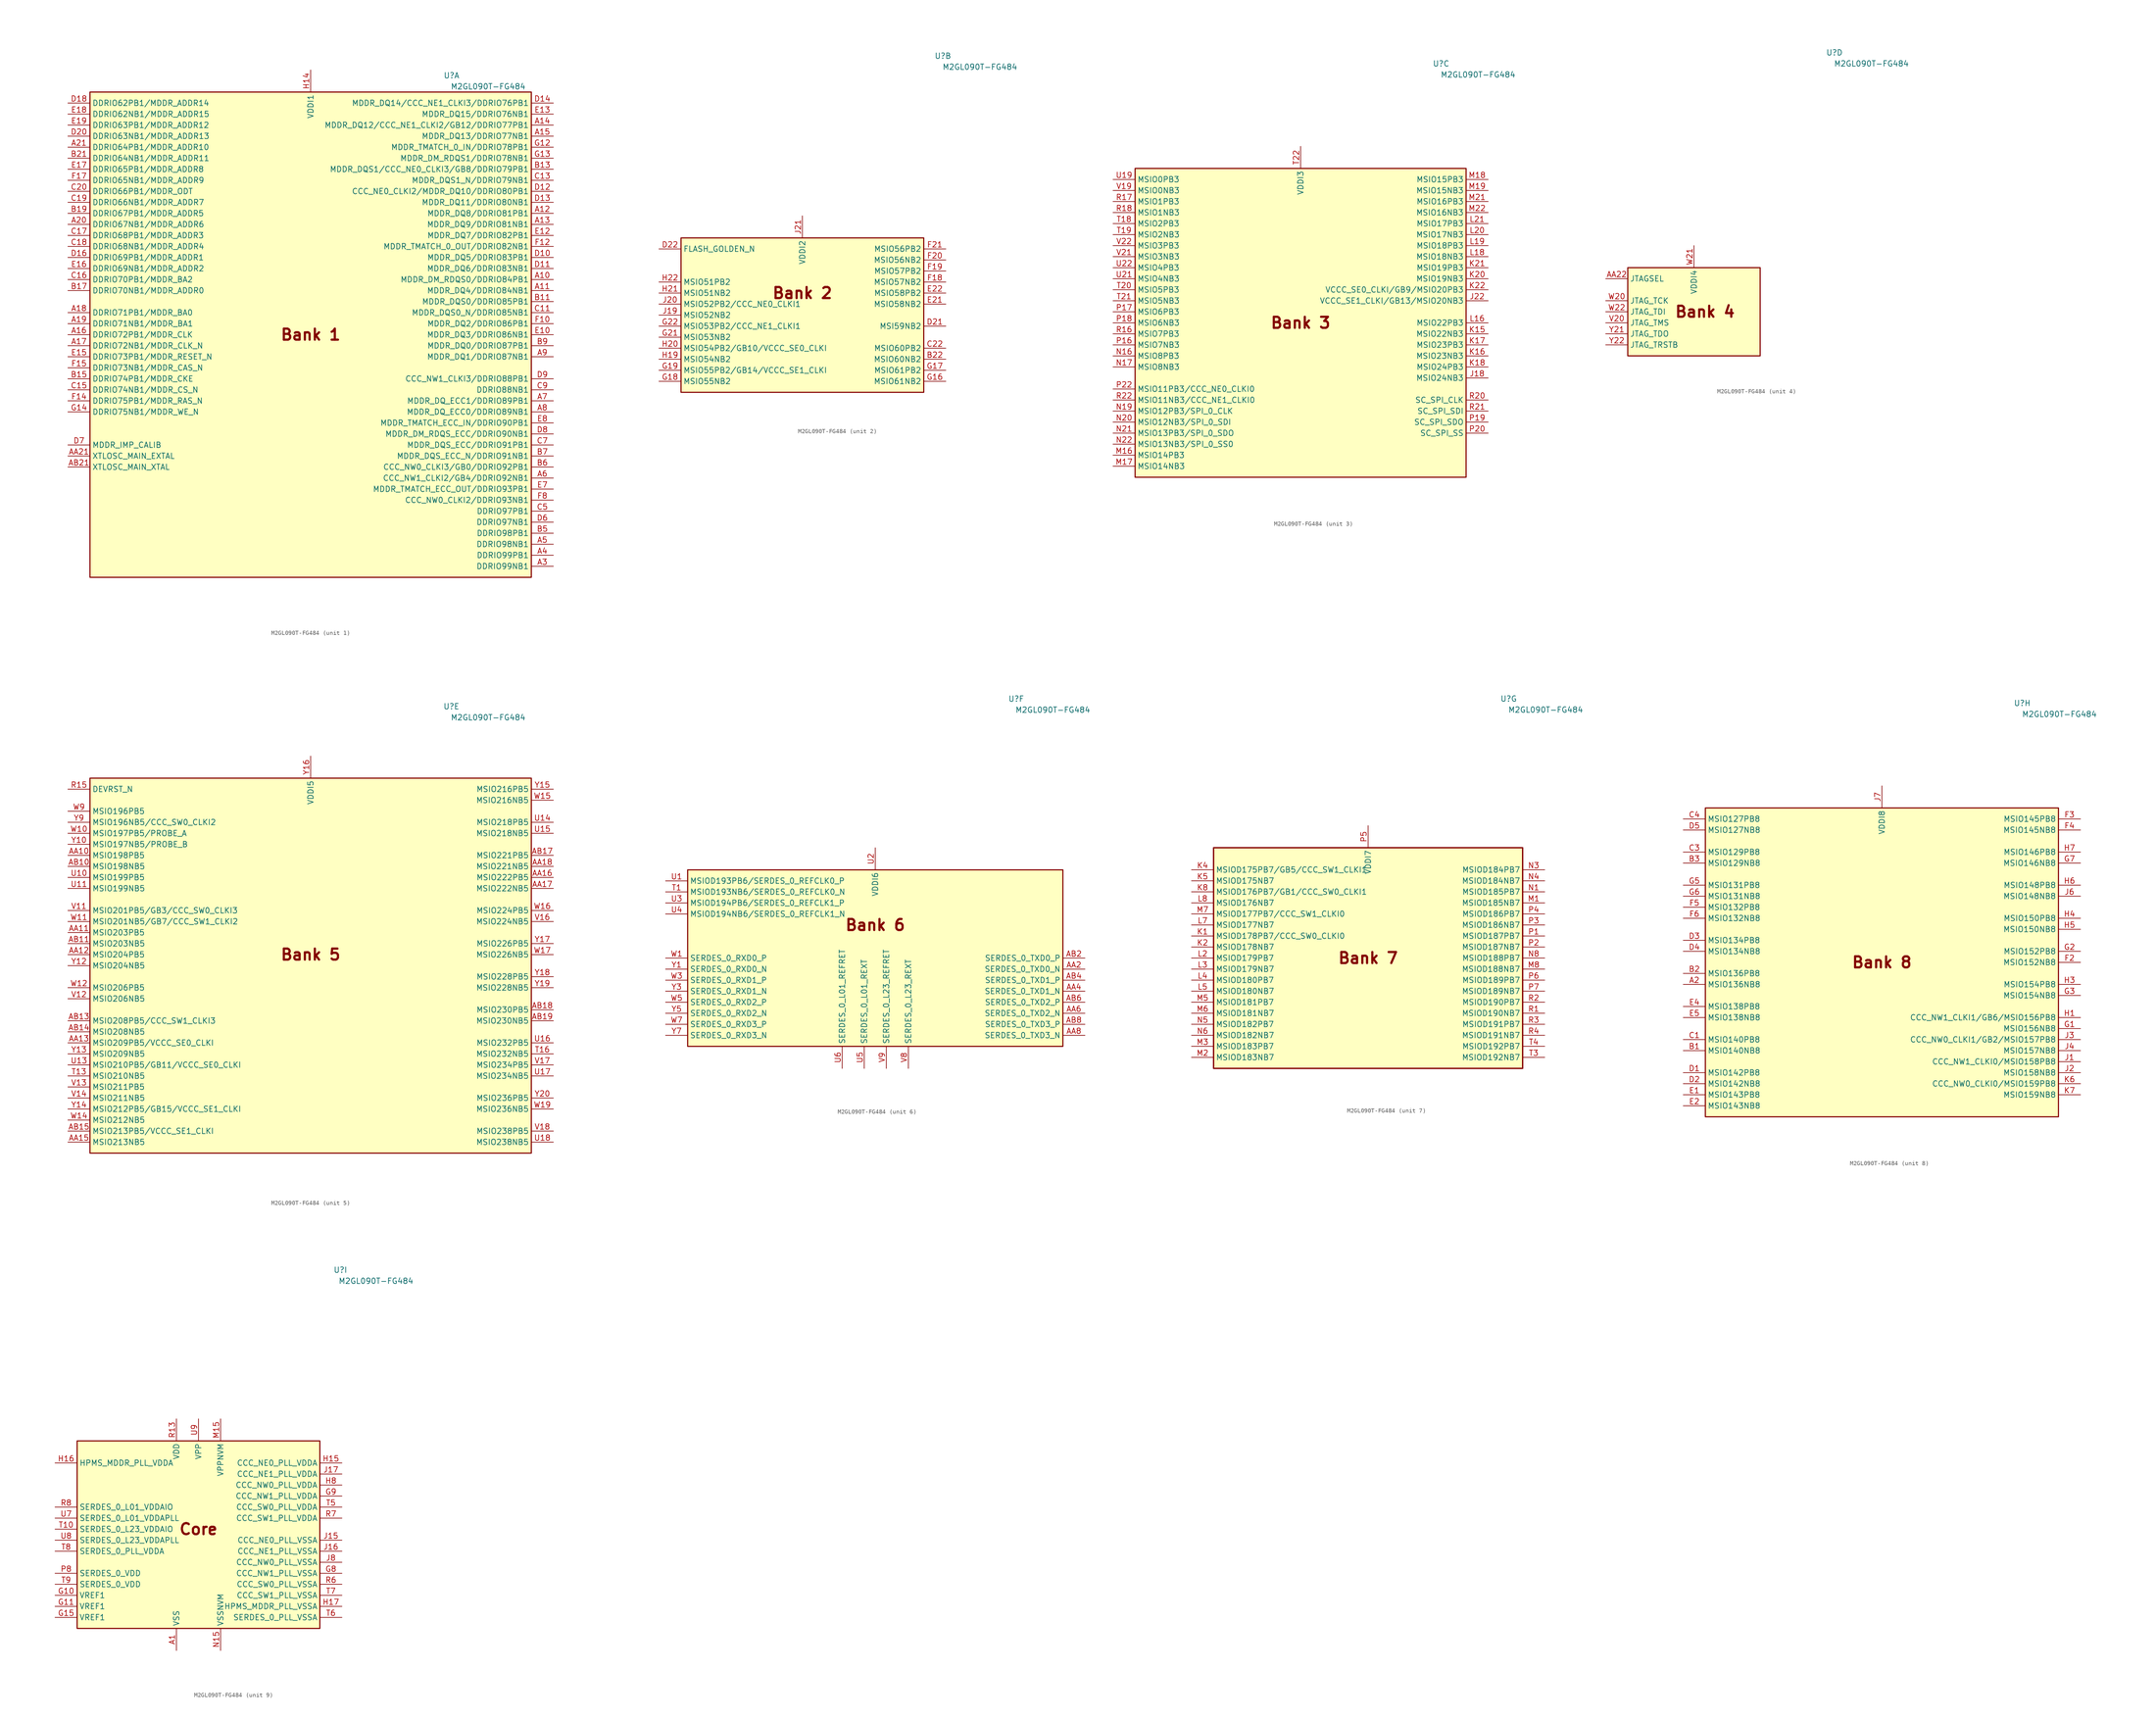
<source format=kicad_sym>
(kicad_symbol_lib
  (version 20201005)
  (generator kicad_symbol_editor)
  (symbol "M2GL090T-FG484"
    (property "Reference" "U"
      (at 34.29 59.69 0)
      (effects (font (size 1.27 1.27)) (justify right)))
    (property "Value" "M2GL090T-FG484"
      (at 49.53 57.15 0)
      (effects (font (size 1.27 1.27)) (justify right)))
    (property "ki_locked" ""
      (at 0 0 0)
      (effects (font (size 1.27 1.27))))
    (symbol "M2GL090T-FG484_1_1"
      (text "Bank 1" (at 0 0 0) (effects (font (size 2.54 2.54) bold)))
      (rectangle (start -50.8 55.88) (end 50.8 -55.88) (stroke (width 0.254)) (fill (type background)))
      (pin bidirectional line (at 55.88 12.7 180) (length 5.08) (name "MDDR_DM_RDQS0/DDRIO84PB1" (effects (font (size 1.27 1.27)))) (number "A10" (effects (font (size 1.27 1.27)))))
      (pin bidirectional line (at 55.88 10.16 180) (length 5.08) (name "MDDR_DQ4/DDRIO84NB1" (effects (font (size 1.27 1.27)))) (number "A11" (effects (font (size 1.27 1.27)))))
      (pin bidirectional line (at 55.88 27.94 180) (length 5.08) (name "MDDR_DQ8/DDRIO81PB1" (effects (font (size 1.27 1.27)))) (number "A12" (effects (font (size 1.27 1.27)))))
      (pin bidirectional line (at 55.88 25.4 180) (length 5.08) (name "MDDR_DQ9/DDRIO81NB1" (effects (font (size 1.27 1.27)))) (number "A13" (effects (font (size 1.27 1.27)))))
      (pin bidirectional line (at 55.88 48.26 180) (length 5.08) (name "MDDR_DQ12/CCC_NE1_CLKI2/GB12/DDRIO77PB1" (effects (font (size 1.27 1.27)))) (number "A14" (effects (font (size 1.27 1.27)))))
      (pin bidirectional line (at 55.88 45.72 180) (length 5.08) (name "MDDR_DQ13/DDRIO77NB1" (effects (font (size 1.27 1.27)))) (number "A15" (effects (font (size 1.27 1.27)))))
      (pin bidirectional line (at -55.88 0 0) (length 5.08) (name "DDRIO72PB1/MDDR_CLK" (effects (font (size 1.27 1.27)))) (number "A16" (effects (font (size 1.27 1.27)))))
      (pin bidirectional line (at -55.88 -2.54 0) (length 5.08) (name "DDRIO72NB1/MDDR_CLK_N" (effects (font (size 1.27 1.27)))) (number "A17" (effects (font (size 1.27 1.27)))))
      (pin bidirectional line (at -55.88 5.08 0) (length 5.08) (name "DDRIO71PB1/MDDR_BA0" (effects (font (size 1.27 1.27)))) (number "A18" (effects (font (size 1.27 1.27)))))
      (pin bidirectional line (at -55.88 2.54 0) (length 5.08) (name "DDRIO71NB1/MDDR_BA1" (effects (font (size 1.27 1.27)))) (number "A19" (effects (font (size 1.27 1.27)))))
      (pin bidirectional line (at -55.88 25.4 0) (length 5.08) (name "DDRIO67NB1/MDDR_ADDR6" (effects (font (size 1.27 1.27)))) (number "A20" (effects (font (size 1.27 1.27)))))
      (pin bidirectional line (at -55.88 43.18 0) (length 5.08) (name "DDRIO64PB1/MDDR_ADDR10" (effects (font (size 1.27 1.27)))) (number "A21" (effects (font (size 1.27 1.27)))))
      (pin bidirectional line (at 55.88 -53.34 180) (length 5.08) (name "DDRIO99NB1" (effects (font (size 1.27 1.27)))) (number "A3" (effects (font (size 1.27 1.27)))))
      (pin bidirectional line (at 55.88 -50.8 180) (length 5.08) (name "DDRIO99PB1" (effects (font (size 1.27 1.27)))) (number "A4" (effects (font (size 1.27 1.27)))))
      (pin bidirectional line (at 55.88 -48.26 180) (length 5.08) (name "DDRIO98NB1" (effects (font (size 1.27 1.27)))) (number "A5" (effects (font (size 1.27 1.27)))))
      (pin bidirectional line (at 55.88 -33.02 180) (length 5.08) (name "CCC_NW1_CLKI2/GB4/DDRIO92NB1" (effects (font (size 1.27 1.27)))) (number "A6" (effects (font (size 1.27 1.27)))))
      (pin bidirectional line (at 55.88 -15.24 180) (length 5.08) (name "MDDR_DQ_ECC1/DDRIO89PB1" (effects (font (size 1.27 1.27)))) (number "A7" (effects (font (size 1.27 1.27)))))
      (pin bidirectional line (at 55.88 -17.78 180) (length 5.08) (name "MDDR_DQ_ECC0/DDRIO89NB1" (effects (font (size 1.27 1.27)))) (number "A8" (effects (font (size 1.27 1.27)))))
      (pin bidirectional line (at 55.88 -5.08 180) (length 5.08) (name "MDDR_DQ1/DDRIO87NB1" (effects (font (size 1.27 1.27)))) (number "A9" (effects (font (size 1.27 1.27)))))
      (pin input line (at -55.88 -27.94 0) (length 5.08) (name "XTLOSC_MAIN_EXTAL" (effects (font (size 1.27 1.27)))) (number "AA21" (effects (font (size 1.27 1.27)))))
      (pin input line (at -55.88 -30.48 0) (length 5.08) (name "XTLOSC_MAIN_XTAL" (effects (font (size 1.27 1.27)))) (number "AB21" (effects (font (size 1.27 1.27)))))
      (pin bidirectional line (at 55.88 7.62 180) (length 5.08) (name "MDDR_DQS0/DDRIO85PB1" (effects (font (size 1.27 1.27)))) (number "B11" (effects (font (size 1.27 1.27)))))
      (pin passive line (at 0 60.96 270) (length 5.08) hide (name "VDDI1" (effects (font (size 1.27 1.27)))) (number "B12" (effects (font (size 1.27 1.27)))))
      (pin bidirectional line (at 55.88 38.1 180) (length 5.08) (name "MDDR_DQS1/CCC_NE0_CLKI3/GB8/DDRIO79PB1" (effects (font (size 1.27 1.27)))) (number "B13" (effects (font (size 1.27 1.27)))))
      (pin bidirectional line (at -55.88 -10.16 0) (length 5.08) (name "DDRIO74PB1/MDDR_CKE" (effects (font (size 1.27 1.27)))) (number "B15" (effects (font (size 1.27 1.27)))))
      (pin passive line (at 0 60.96 270) (length 5.08) hide (name "VDDI1" (effects (font (size 1.27 1.27)))) (number "B16" (effects (font (size 1.27 1.27)))))
      (pin bidirectional line (at -55.88 10.16 0) (length 5.08) (name "DDRIO70NB1/MDDR_ADDR0" (effects (font (size 1.27 1.27)))) (number "B17" (effects (font (size 1.27 1.27)))))
      (pin bidirectional line (at -55.88 27.94 0) (length 5.08) (name "DDRIO67PB1/MDDR_ADDR5" (effects (font (size 1.27 1.27)))) (number "B19" (effects (font (size 1.27 1.27)))))
      (pin passive line (at 0 60.96 270) (length 5.08) hide (name "VDDI1" (effects (font (size 1.27 1.27)))) (number "B20" (effects (font (size 1.27 1.27)))))
      (pin bidirectional line (at -55.88 40.64 0) (length 5.08) (name "DDRIO64NB1/MDDR_ADDR11" (effects (font (size 1.27 1.27)))) (number "B21" (effects (font (size 1.27 1.27)))))
      (pin bidirectional line (at 55.88 -45.72 180) (length 5.08) (name "DDRIO98PB1" (effects (font (size 1.27 1.27)))) (number "B5" (effects (font (size 1.27 1.27)))))
      (pin bidirectional line (at 55.88 -30.48 180) (length 5.08) (name "CCC_NW0_CLKI3/GB0/DDRIO92PB1" (effects (font (size 1.27 1.27)))) (number "B6" (effects (font (size 1.27 1.27)))))
      (pin bidirectional line (at 55.88 -27.94 180) (length 5.08) (name "MDDR_DQS_ECC_N/DDRIO91NB1" (effects (font (size 1.27 1.27)))) (number "B7" (effects (font (size 1.27 1.27)))))
      (pin passive line (at 0 60.96 270) (length 5.08) hide (name "VDDI1" (effects (font (size 1.27 1.27)))) (number "B8" (effects (font (size 1.27 1.27)))))
      (pin bidirectional line (at 55.88 -2.54 180) (length 5.08) (name "MDDR_DQ0/DDRIO87PB1" (effects (font (size 1.27 1.27)))) (number "B9" (effects (font (size 1.27 1.27)))))
      (pin passive line (at 0 60.96 270) (length 5.08) hide (name "VDDI1" (effects (font (size 1.27 1.27)))) (number "C10" (effects (font (size 1.27 1.27)))))
      (pin bidirectional line (at 55.88 5.08 180) (length 5.08) (name "MDDR_DQS0_N/DDRIO85NB1" (effects (font (size 1.27 1.27)))) (number "C11" (effects (font (size 1.27 1.27)))))
      (pin bidirectional line (at 55.88 35.56 180) (length 5.08) (name "MDDR_DQS1_N/DDRIO79NB1" (effects (font (size 1.27 1.27)))) (number "C13" (effects (font (size 1.27 1.27)))))
      (pin passive line (at 0 60.96 270) (length 5.08) hide (name "VDDI1" (effects (font (size 1.27 1.27)))) (number "C14" (effects (font (size 1.27 1.27)))))
      (pin bidirectional line (at -55.88 -12.7 0) (length 5.08) (name "DDRIO74NB1/MDDR_CS_N" (effects (font (size 1.27 1.27)))) (number "C15" (effects (font (size 1.27 1.27)))))
      (pin bidirectional line (at -55.88 12.7 0) (length 5.08) (name "DDRIO70PB1/MDDR_BA2" (effects (font (size 1.27 1.27)))) (number "C16" (effects (font (size 1.27 1.27)))))
      (pin bidirectional line (at -55.88 22.86 0) (length 5.08) (name "DDRIO68PB1/MDDR_ADDR3" (effects (font (size 1.27 1.27)))) (number "C17" (effects (font (size 1.27 1.27)))))
      (pin bidirectional line (at -55.88 20.32 0) (length 5.08) (name "DDRIO68NB1/MDDR_ADDR4" (effects (font (size 1.27 1.27)))) (number "C18" (effects (font (size 1.27 1.27)))))
      (pin bidirectional line (at -55.88 30.48 0) (length 5.08) (name "DDRIO66NB1/MDDR_ADDR7" (effects (font (size 1.27 1.27)))) (number "C19" (effects (font (size 1.27 1.27)))))
      (pin bidirectional line (at -55.88 33.02 0) (length 5.08) (name "DDRIO66PB1/MDDR_ODT" (effects (font (size 1.27 1.27)))) (number "C20" (effects (font (size 1.27 1.27)))))
      (pin bidirectional line (at 55.88 -40.64 180) (length 5.08) (name "DDRIO97PB1" (effects (font (size 1.27 1.27)))) (number "C5" (effects (font (size 1.27 1.27)))))
      (pin passive line (at 0 60.96 270) (length 5.08) hide (name "VDDI1" (effects (font (size 1.27 1.27)))) (number "C6" (effects (font (size 1.27 1.27)))))
      (pin bidirectional line (at 55.88 -25.4 180) (length 5.08) (name "MDDR_DQS_ECC/DDRIO91PB1" (effects (font (size 1.27 1.27)))) (number "C7" (effects (font (size 1.27 1.27)))))
      (pin bidirectional line (at 55.88 -12.7 180) (length 5.08) (name "DDRIO88NB1" (effects (font (size 1.27 1.27)))) (number "C9" (effects (font (size 1.27 1.27)))))
      (pin bidirectional line (at 55.88 17.78 180) (length 5.08) (name "MDDR_DQ5/DDRIO83PB1" (effects (font (size 1.27 1.27)))) (number "D10" (effects (font (size 1.27 1.27)))))
      (pin bidirectional line (at 55.88 15.24 180) (length 5.08) (name "MDDR_DQ6/DDRIO83NB1" (effects (font (size 1.27 1.27)))) (number "D11" (effects (font (size 1.27 1.27)))))
      (pin bidirectional line (at 55.88 33.02 180) (length 5.08) (name "CCC_NE0_CLKI2/MDDR_DQ10/DDRIO80PB1" (effects (font (size 1.27 1.27)))) (number "D12" (effects (font (size 1.27 1.27)))))
      (pin bidirectional line (at 55.88 30.48 180) (length 5.08) (name "MDDR_DQ11/DDRIO80NB1" (effects (font (size 1.27 1.27)))) (number "D13" (effects (font (size 1.27 1.27)))))
      (pin bidirectional line (at 55.88 53.34 180) (length 5.08) (name "MDDR_DQ14/CCC_NE1_CLKI3/DDRIO76PB1" (effects (font (size 1.27 1.27)))) (number "D14" (effects (font (size 1.27 1.27)))))
      (pin bidirectional line (at -55.88 17.78 0) (length 5.08) (name "DDRIO69PB1/MDDR_ADDR1" (effects (font (size 1.27 1.27)))) (number "D16" (effects (font (size 1.27 1.27)))))
      (pin passive line (at 0 60.96 270) (length 5.08) hide (name "VDDI1" (effects (font (size 1.27 1.27)))) (number "D17" (effects (font (size 1.27 1.27)))))
      (pin bidirectional line (at -55.88 53.34 0) (length 5.08) (name "DDRIO62PB1/MDDR_ADDR14" (effects (font (size 1.27 1.27)))) (number "D18" (effects (font (size 1.27 1.27)))))
      (pin bidirectional line (at -55.88 45.72 0) (length 5.08) (name "DDRIO63NB1/MDDR_ADDR13" (effects (font (size 1.27 1.27)))) (number "D20" (effects (font (size 1.27 1.27)))))
      (pin bidirectional line (at 55.88 -43.18 180) (length 5.08) (name "DDRIO97NB1" (effects (font (size 1.27 1.27)))) (number "D6" (effects (font (size 1.27 1.27)))))
      (pin input line (at -55.88 -25.4 0) (length 5.08) (name "MDDR_IMP_CALIB" (effects (font (size 1.27 1.27)))) (number "D7" (effects (font (size 1.27 1.27)))))
      (pin bidirectional line (at 55.88 -22.86 180) (length 5.08) (name "MDDR_DM_RDQS_ECC/DDRIO90NB1" (effects (font (size 1.27 1.27)))) (number "D8" (effects (font (size 1.27 1.27)))))
      (pin bidirectional line (at 55.88 -10.16 180) (length 5.08) (name "CCC_NW1_CLKI3/DDRIO88PB1" (effects (font (size 1.27 1.27)))) (number "D9" (effects (font (size 1.27 1.27)))))
      (pin bidirectional line (at 55.88 0 180) (length 5.08) (name "MDDR_DQ3/DDRIO86NB1" (effects (font (size 1.27 1.27)))) (number "E10" (effects (font (size 1.27 1.27)))))
      (pin passive line (at 0 60.96 270) (length 5.08) hide (name "VDDI1" (effects (font (size 1.27 1.27)))) (number "E11" (effects (font (size 1.27 1.27)))))
      (pin bidirectional line (at 55.88 22.86 180) (length 5.08) (name "MDDR_DQ7/DDRIO82PB1" (effects (font (size 1.27 1.27)))) (number "E12" (effects (font (size 1.27 1.27)))))
      (pin bidirectional line (at 55.88 50.8 180) (length 5.08) (name "MDDR_DQ15/DDRIO76NB1" (effects (font (size 1.27 1.27)))) (number "E13" (effects (font (size 1.27 1.27)))))
      (pin bidirectional line (at -55.88 -5.08 0) (length 5.08) (name "DDRIO73PB1/MDDR_RESET_N" (effects (font (size 1.27 1.27)))) (number "E15" (effects (font (size 1.27 1.27)))))
      (pin bidirectional line (at -55.88 15.24 0) (length 5.08) (name "DDRIO69NB1/MDDR_ADDR2" (effects (font (size 1.27 1.27)))) (number "E16" (effects (font (size 1.27 1.27)))))
      (pin bidirectional line (at -55.88 38.1 0) (length 5.08) (name "DDRIO65PB1/MDDR_ADDR8" (effects (font (size 1.27 1.27)))) (number "E17" (effects (font (size 1.27 1.27)))))
      (pin bidirectional line (at -55.88 50.8 0) (length 5.08) (name "DDRIO62NB1/MDDR_ADDR15" (effects (font (size 1.27 1.27)))) (number "E18" (effects (font (size 1.27 1.27)))))
      (pin bidirectional line (at -55.88 48.26 0) (length 5.08) (name "DDRIO63PB1/MDDR_ADDR12" (effects (font (size 1.27 1.27)))) (number "E19" (effects (font (size 1.27 1.27)))))
      (pin bidirectional line (at 55.88 -35.56 180) (length 5.08) (name "MDDR_TMATCH_ECC_OUT/DDRIO93PB1" (effects (font (size 1.27 1.27)))) (number "E7" (effects (font (size 1.27 1.27)))))
      (pin output line (at 55.88 -20.32 180) (length 5.08) (name "MDDR_TMATCH_ECC_IN/DDRIO90PB1" (effects (font (size 1.27 1.27)))) (number "E8" (effects (font (size 1.27 1.27)))))
      (pin bidirectional line (at 55.88 2.54 180) (length 5.08) (name "MDDR_DQ2/DDRIO86PB1" (effects (font (size 1.27 1.27)))) (number "F10" (effects (font (size 1.27 1.27)))))
      (pin bidirectional line (at 55.88 20.32 180) (length 5.08) (name "MDDR_TMATCH_0_OUT/DDRIO82NB1" (effects (font (size 1.27 1.27)))) (number "F12" (effects (font (size 1.27 1.27)))))
      (pin passive line (at 0 60.96 270) (length 5.08) hide (name "VDDI1" (effects (font (size 1.27 1.27)))) (number "F13" (effects (font (size 1.27 1.27)))))
      (pin bidirectional line (at -55.88 -15.24 0) (length 5.08) (name "DDRIO75PB1/MDDR_RAS_N" (effects (font (size 1.27 1.27)))) (number "F14" (effects (font (size 1.27 1.27)))))
      (pin bidirectional line (at -55.88 -7.62 0) (length 5.08) (name "DDRIO73NB1/MDDR_CAS_N" (effects (font (size 1.27 1.27)))) (number "F15" (effects (font (size 1.27 1.27)))))
      (pin bidirectional line (at -55.88 35.56 0) (length 5.08) (name "DDRIO65NB1/MDDR_ADDR9" (effects (font (size 1.27 1.27)))) (number "F17" (effects (font (size 1.27 1.27)))))
      (pin passive line (at 0 60.96 270) (length 5.08) hide (name "VDDI1" (effects (font (size 1.27 1.27)))) (number "F7" (effects (font (size 1.27 1.27)))))
      (pin bidirectional line (at 55.88 -38.1 180) (length 5.08) (name "CCC_NW0_CLKI2/DDRIO93NB1" (effects (font (size 1.27 1.27)))) (number "F8" (effects (font (size 1.27 1.27)))))
      (pin passive line (at 0 60.96 270) (length 5.08) hide (name "VDDI1" (effects (font (size 1.27 1.27)))) (number "F9" (effects (font (size 1.27 1.27)))))
      (pin bidirectional line (at 55.88 43.18 180) (length 5.08) (name "MDDR_TMATCH_0_IN/DDRIO78PB1" (effects (font (size 1.27 1.27)))) (number "G12" (effects (font (size 1.27 1.27)))))
      (pin bidirectional line (at 55.88 40.64 180) (length 5.08) (name "MDDR_DM_RDQS1/DDRIO78NB1" (effects (font (size 1.27 1.27)))) (number "G13" (effects (font (size 1.27 1.27)))))
      (pin bidirectional line (at -55.88 -17.78 0) (length 5.08) (name "DDRIO75NB1/MDDR_WE_N" (effects (font (size 1.27 1.27)))) (number "G14" (effects (font (size 1.27 1.27)))))
      (pin passive line (at 0 60.96 270) (length 5.08) hide (name "VDDI1" (effects (font (size 1.27 1.27)))) (number "H12" (effects (font (size 1.27 1.27)))))
      (pin power_in line (at 0 60.96 270) (length 5.08) (name "VDDI1" (effects (font (size 1.27 1.27)))) (number "H14" (effects (font (size 1.27 1.27))))))
    (symbol "M2GL090T-FG484_2_1"
      (text "Bank 2" (at 0 5.08 0) (effects (font (size 2.54 2.54) bold)))
      (rectangle (start -27.94 17.78) (end 27.94 -17.78) (stroke (width 0.254)) (fill (type background)))
      (pin bidirectional line (at 33.02 -10.16 180) (length 5.08) (name "MSIO60NB2" (effects (font (size 1.27 1.27)))) (number "B22" (effects (font (size 1.27 1.27)))))
      (pin bidirectional line (at 33.02 -7.62 180) (length 5.08) (name "MSIO60PB2" (effects (font (size 1.27 1.27)))) (number "C22" (effects (font (size 1.27 1.27)))))
      (pin input line (at 33.02 -2.54 180) (length 5.08) (name "MSI59NB2" (effects (font (size 1.27 1.27)))) (number "D21" (effects (font (size 1.27 1.27)))))
      (pin input line (at -33.02 15.24 0) (length 5.08) (name "FLASH_GOLDEN_N" (effects (font (size 1.27 1.27)))) (number "D22" (effects (font (size 1.27 1.27)))))
      (pin passive line (at 0 22.86 270) (length 5.08) hide (name "VDDI2" (effects (font (size 1.27 1.27)))) (number "E20" (effects (font (size 1.27 1.27)))))
      (pin bidirectional line (at 33.02 2.54 180) (length 5.08) (name "MSIO58NB2" (effects (font (size 1.27 1.27)))) (number "E21" (effects (font (size 1.27 1.27)))))
      (pin bidirectional line (at 33.02 5.08 180) (length 5.08) (name "MSIO58PB2" (effects (font (size 1.27 1.27)))) (number "E22" (effects (font (size 1.27 1.27)))))
      (pin bidirectional line (at 33.02 7.62 180) (length 5.08) (name "MSIO57NB2" (effects (font (size 1.27 1.27)))) (number "F18" (effects (font (size 1.27 1.27)))))
      (pin bidirectional line (at 33.02 10.16 180) (length 5.08) (name "MSIO57PB2" (effects (font (size 1.27 1.27)))) (number "F19" (effects (font (size 1.27 1.27)))))
      (pin bidirectional line (at 33.02 12.7 180) (length 5.08) (name "MSIO56NB2" (effects (font (size 1.27 1.27)))) (number "F20" (effects (font (size 1.27 1.27)))))
      (pin bidirectional line (at 33.02 15.24 180) (length 5.08) (name "MSIO56PB2" (effects (font (size 1.27 1.27)))) (number "F21" (effects (font (size 1.27 1.27)))))
      (pin passive line (at 0 22.86 270) (length 5.08) hide (name "VDDI2" (effects (font (size 1.27 1.27)))) (number "F22" (effects (font (size 1.27 1.27)))))
      (pin bidirectional line (at 33.02 -15.24 180) (length 5.08) (name "MSIO61NB2" (effects (font (size 1.27 1.27)))) (number "G16" (effects (font (size 1.27 1.27)))))
      (pin bidirectional line (at 33.02 -12.7 180) (length 5.08) (name "MSIO61PB2" (effects (font (size 1.27 1.27)))) (number "G17" (effects (font (size 1.27 1.27)))))
      (pin bidirectional line (at -33.02 -15.24 0) (length 5.08) (name "MSIO55NB2" (effects (font (size 1.27 1.27)))) (number "G18" (effects (font (size 1.27 1.27)))))
      (pin bidirectional line (at -33.02 -12.7 0) (length 5.08) (name "MSIO55PB2/GB14/VCCC_SE1_CLKI" (effects (font (size 1.27 1.27)))) (number "G19" (effects (font (size 1.27 1.27)))))
      (pin bidirectional line (at -33.02 -5.08 0) (length 5.08) (name "MSIO53NB2" (effects (font (size 1.27 1.27)))) (number "G21" (effects (font (size 1.27 1.27)))))
      (pin bidirectional line (at -33.02 -2.54 0) (length 5.08) (name "MSIO53PB2/CCC_NE1_CLKI1" (effects (font (size 1.27 1.27)))) (number "G22" (effects (font (size 1.27 1.27)))))
      (pin passive line (at 0 22.86 270) (length 5.08) hide (name "VDDI2" (effects (font (size 1.27 1.27)))) (number "H18" (effects (font (size 1.27 1.27)))))
      (pin bidirectional line (at -33.02 -10.16 0) (length 5.08) (name "MSIO54NB2" (effects (font (size 1.27 1.27)))) (number "H19" (effects (font (size 1.27 1.27)))))
      (pin bidirectional line (at -33.02 -7.62 0) (length 5.08) (name "MSIO54PB2/GB10/VCCC_SE0_CLKI" (effects (font (size 1.27 1.27)))) (number "H20" (effects (font (size 1.27 1.27)))))
      (pin bidirectional line (at -33.02 5.08 0) (length 5.08) (name "MSIO51NB2" (effects (font (size 1.27 1.27)))) (number "H21" (effects (font (size 1.27 1.27)))))
      (pin bidirectional line (at -33.02 7.62 0) (length 5.08) (name "MSIO51PB2" (effects (font (size 1.27 1.27)))) (number "H22" (effects (font (size 1.27 1.27)))))
      (pin bidirectional line (at -33.02 0 0) (length 5.08) (name "MSIO52NB2" (effects (font (size 1.27 1.27)))) (number "J19" (effects (font (size 1.27 1.27)))))
      (pin bidirectional line (at -33.02 2.54 0) (length 5.08) (name "MSIO52PB2/CCC_NE0_CLKI1" (effects (font (size 1.27 1.27)))) (number "J20" (effects (font (size 1.27 1.27)))))
      (pin power_in line (at 0 22.86 270) (length 5.08) (name "VDDI2" (effects (font (size 1.27 1.27)))) (number "J21" (effects (font (size 1.27 1.27))))))
    (symbol "M2GL090T-FG484_3_1"
      (text "Bank 3" (at 0 0 0) (effects (font (size 2.54 2.54) bold)))
      (rectangle (start -38.1 35.56) (end 38.1 -35.56) (stroke (width 0.254)) (fill (type background)))
      (pin bidirectional line (at 43.18 -12.7 180) (length 5.08) (name "MSIO24NB3" (effects (font (size 1.27 1.27)))) (number "J18" (effects (font (size 1.27 1.27)))))
      (pin bidirectional line (at 43.18 5.08 180) (length 5.08) (name "VCCC_SE1_CLKI/GB13/MSIO20NB3" (effects (font (size 1.27 1.27)))) (number "J22" (effects (font (size 1.27 1.27)))))
      (pin bidirectional line (at 43.18 -2.54 180) (length 5.08) (name "MSIO22NB3" (effects (font (size 1.27 1.27)))) (number "K15" (effects (font (size 1.27 1.27)))))
      (pin bidirectional line (at 43.18 -7.62 180) (length 5.08) (name "MSIO23NB3" (effects (font (size 1.27 1.27)))) (number "K16" (effects (font (size 1.27 1.27)))))
      (pin bidirectional line (at 43.18 -5.08 180) (length 5.08) (name "MSIO23PB3" (effects (font (size 1.27 1.27)))) (number "K17" (effects (font (size 1.27 1.27)))))
      (pin bidirectional line (at 43.18 -10.16 180) (length 5.08) (name "MSIO24PB3" (effects (font (size 1.27 1.27)))) (number "K18" (effects (font (size 1.27 1.27)))))
      (pin bidirectional line (at 43.18 10.16 180) (length 5.08) (name "MSIO19NB3" (effects (font (size 1.27 1.27)))) (number "K20" (effects (font (size 1.27 1.27)))))
      (pin bidirectional line (at 43.18 12.7 180) (length 5.08) (name "MSIO19PB3" (effects (font (size 1.27 1.27)))) (number "K21" (effects (font (size 1.27 1.27)))))
      (pin bidirectional line (at 43.18 7.62 180) (length 5.08) (name "VCCC_SE0_CLKI/GB9/MSIO20PB3" (effects (font (size 1.27 1.27)))) (number "K22" (effects (font (size 1.27 1.27)))))
      (pin bidirectional line (at 43.18 0 180) (length 5.08) (name "MSIO22PB3" (effects (font (size 1.27 1.27)))) (number "L16" (effects (font (size 1.27 1.27)))))
      (pin passive line (at 0 40.64 270) (length 5.08) hide (name "VDDI3" (effects (font (size 1.27 1.27)))) (number "L17" (effects (font (size 1.27 1.27)))))
      (pin bidirectional line (at 43.18 15.24 180) (length 5.08) (name "MSIO18NB3" (effects (font (size 1.27 1.27)))) (number "L18" (effects (font (size 1.27 1.27)))))
      (pin bidirectional line (at 43.18 17.78 180) (length 5.08) (name "MSIO18PB3" (effects (font (size 1.27 1.27)))) (number "L19" (effects (font (size 1.27 1.27)))))
      (pin bidirectional line (at 43.18 20.32 180) (length 5.08) (name "MSIO17NB3" (effects (font (size 1.27 1.27)))) (number "L20" (effects (font (size 1.27 1.27)))))
      (pin bidirectional line (at 43.18 22.86 180) (length 5.08) (name "MSIO17PB3" (effects (font (size 1.27 1.27)))) (number "L21" (effects (font (size 1.27 1.27)))))
      (pin bidirectional line (at -43.18 -30.48 0) (length 5.08) (name "MSIO14PB3" (effects (font (size 1.27 1.27)))) (number "M16" (effects (font (size 1.27 1.27)))))
      (pin bidirectional line (at -43.18 -33.02 0) (length 5.08) (name "MSIO14NB3" (effects (font (size 1.27 1.27)))) (number "M17" (effects (font (size 1.27 1.27)))))
      (pin bidirectional line (at 43.18 33.02 180) (length 5.08) (name "MSIO15PB3" (effects (font (size 1.27 1.27)))) (number "M18" (effects (font (size 1.27 1.27)))))
      (pin bidirectional line (at 43.18 30.48 180) (length 5.08) (name "MSIO15NB3" (effects (font (size 1.27 1.27)))) (number "M19" (effects (font (size 1.27 1.27)))))
      (pin passive line (at 0 40.64 270) (length 5.08) hide (name "VDDI3" (effects (font (size 1.27 1.27)))) (number "M20" (effects (font (size 1.27 1.27)))))
      (pin bidirectional line (at 43.18 27.94 180) (length 5.08) (name "MSIO16PB3" (effects (font (size 1.27 1.27)))) (number "M21" (effects (font (size 1.27 1.27)))))
      (pin bidirectional line (at 43.18 25.4 180) (length 5.08) (name "MSIO16NB3" (effects (font (size 1.27 1.27)))) (number "M22" (effects (font (size 1.27 1.27)))))
      (pin bidirectional line (at -43.18 -7.62 0) (length 5.08) (name "MSIO8PB3" (effects (font (size 1.27 1.27)))) (number "N16" (effects (font (size 1.27 1.27)))))
      (pin bidirectional line (at -43.18 -10.16 0) (length 5.08) (name "MSIO8NB3" (effects (font (size 1.27 1.27)))) (number "N17" (effects (font (size 1.27 1.27)))))
      (pin bidirectional line (at -43.18 -20.32 0) (length 5.08) (name "MSIO12PB3/SPI_0_CLK" (effects (font (size 1.27 1.27)))) (number "N19" (effects (font (size 1.27 1.27)))))
      (pin bidirectional line (at -43.18 -22.86 0) (length 5.08) (name "MSIO12NB3/SPI_0_SDI" (effects (font (size 1.27 1.27)))) (number "N20" (effects (font (size 1.27 1.27)))))
      (pin bidirectional line (at -43.18 -25.4 0) (length 5.08) (name "MSIO13PB3/SPI_0_SDO" (effects (font (size 1.27 1.27)))) (number "N21" (effects (font (size 1.27 1.27)))))
      (pin bidirectional line (at -43.18 -27.94 0) (length 5.08) (name "MSIO13NB3/SPI_0_SS0" (effects (font (size 1.27 1.27)))) (number "N22" (effects (font (size 1.27 1.27)))))
      (pin bidirectional line (at -43.18 -5.08 0) (length 5.08) (name "MSIO7NB3" (effects (font (size 1.27 1.27)))) (number "P16" (effects (font (size 1.27 1.27)))))
      (pin bidirectional line (at -43.18 2.54 0) (length 5.08) (name "MSIO6PB3" (effects (font (size 1.27 1.27)))) (number "P17" (effects (font (size 1.27 1.27)))))
      (pin bidirectional line (at -43.18 0 0) (length 5.08) (name "MSIO6NB3" (effects (font (size 1.27 1.27)))) (number "P18" (effects (font (size 1.27 1.27)))))
      (pin output line (at 43.18 -22.86 180) (length 5.08) (name "SC_SPI_SDO" (effects (font (size 1.27 1.27)))) (number "P19" (effects (font (size 1.27 1.27)))))
      (pin output line (at 43.18 -25.4 180) (length 5.08) (name "SC_SPI_SS" (effects (font (size 1.27 1.27)))) (number "P20" (effects (font (size 1.27 1.27)))))
      (pin bidirectional line (at -43.18 -15.24 0) (length 5.08) (name "MSIO11PB3/CCC_NE0_CLKI0" (effects (font (size 1.27 1.27)))) (number "P22" (effects (font (size 1.27 1.27)))))
      (pin bidirectional line (at -43.18 -2.54 0) (length 5.08) (name "MSIO7PB3" (effects (font (size 1.27 1.27)))) (number "R16" (effects (font (size 1.27 1.27)))))
      (pin bidirectional line (at -43.18 27.94 0) (length 5.08) (name "MSIO1PB3" (effects (font (size 1.27 1.27)))) (number "R17" (effects (font (size 1.27 1.27)))))
      (pin bidirectional line (at -43.18 25.4 0) (length 5.08) (name "MSIO1NB3" (effects (font (size 1.27 1.27)))) (number "R18" (effects (font (size 1.27 1.27)))))
      (pin passive line (at 0 40.64 270) (length 5.08) hide (name "VDDI3" (effects (font (size 1.27 1.27)))) (number "R19" (effects (font (size 1.27 1.27)))))
      (pin output line (at 43.18 -17.78 180) (length 5.08) (name "SC_SPI_CLK" (effects (font (size 1.27 1.27)))) (number "R20" (effects (font (size 1.27 1.27)))))
      (pin input line (at 43.18 -20.32 180) (length 5.08) (name "SC_SPI_SDI" (effects (font (size 1.27 1.27)))) (number "R21" (effects (font (size 1.27 1.27)))))
      (pin bidirectional line (at -43.18 -17.78 0) (length 5.08) (name "MSIO11NB3/CCC_NE1_CLKI0" (effects (font (size 1.27 1.27)))) (number "R22" (effects (font (size 1.27 1.27)))))
      (pin bidirectional line (at -43.18 22.86 0) (length 5.08) (name "MSIO2PB3" (effects (font (size 1.27 1.27)))) (number "T18" (effects (font (size 1.27 1.27)))))
      (pin bidirectional line (at -43.18 20.32 0) (length 5.08) (name "MSIO2NB3" (effects (font (size 1.27 1.27)))) (number "T19" (effects (font (size 1.27 1.27)))))
      (pin bidirectional line (at -43.18 7.62 0) (length 5.08) (name "MSIO5PB3" (effects (font (size 1.27 1.27)))) (number "T20" (effects (font (size 1.27 1.27)))))
      (pin bidirectional line (at -43.18 5.08 0) (length 5.08) (name "MSIO5NB3" (effects (font (size 1.27 1.27)))) (number "T21" (effects (font (size 1.27 1.27)))))
      (pin power_in line (at 0 40.64 270) (length 5.08) (name "VDDI3" (effects (font (size 1.27 1.27)))) (number "T22" (effects (font (size 1.27 1.27)))))
      (pin bidirectional line (at -43.18 33.02 0) (length 5.08) (name "MSIO0PB3" (effects (font (size 1.27 1.27)))) (number "U19" (effects (font (size 1.27 1.27)))))
      (pin bidirectional line (at -43.18 10.16 0) (length 5.08) (name "MSIO4NB3" (effects (font (size 1.27 1.27)))) (number "U21" (effects (font (size 1.27 1.27)))))
      (pin bidirectional line (at -43.18 12.7 0) (length 5.08) (name "MSIO4PB3" (effects (font (size 1.27 1.27)))) (number "U22" (effects (font (size 1.27 1.27)))))
      (pin bidirectional line (at -43.18 30.48 0) (length 5.08) (name "MSIO0NB3" (effects (font (size 1.27 1.27)))) (number "V19" (effects (font (size 1.27 1.27)))))
      (pin bidirectional line (at -43.18 15.24 0) (length 5.08) (name "MSIO3NB3" (effects (font (size 1.27 1.27)))) (number "V21" (effects (font (size 1.27 1.27)))))
      (pin bidirectional line (at -43.18 17.78 0) (length 5.08) (name "MSIO3PB3" (effects (font (size 1.27 1.27)))) (number "V22" (effects (font (size 1.27 1.27))))))
    (symbol "M2GL090T-FG484_4_1"
      (text "Bank 4" (at 2.54 0 0) (effects (font (size 2.54 2.54) bold)))
      (rectangle (start -15.24 10.16) (end 15.24 -10.16) (stroke (width 0.254)) (fill (type background)))
      (pin input line (at -20.32 7.62 0) (length 5.08) (name "JTAGSEL" (effects (font (size 1.27 1.27)))) (number "AA22" (effects (font (size 1.27 1.27)))))
      (pin input line (at -20.32 -2.54 0) (length 5.08) (name "JTAG_TMS" (effects (font (size 1.27 1.27)))) (number "V20" (effects (font (size 1.27 1.27)))))
      (pin input line (at -20.32 2.54 0) (length 5.08) (name "JTAG_TCK" (effects (font (size 1.27 1.27)))) (number "W20" (effects (font (size 1.27 1.27)))))
      (pin power_in line (at 0 15.24 270) (length 5.08) (name "VDDI4" (effects (font (size 1.27 1.27)))) (number "W21" (effects (font (size 1.27 1.27)))))
      (pin input line (at -20.32 0 0) (length 5.08) (name "JTAG_TDI" (effects (font (size 1.27 1.27)))) (number "W22" (effects (font (size 1.27 1.27)))))
      (pin output line (at -20.32 -5.08 0) (length 5.08) (name "JTAG_TDO" (effects (font (size 1.27 1.27)))) (number "Y21" (effects (font (size 1.27 1.27)))))
      (pin input line (at -20.32 -7.62 0) (length 5.08) (name "JTAG_TRSTB" (effects (font (size 1.27 1.27)))) (number "Y22" (effects (font (size 1.27 1.27))))))
    (symbol "M2GL090T-FG484_5_1"
      (text "Bank 5" (at 0 2.54 0) (effects (font (size 2.54 2.54) bold)))
      (rectangle (start -50.8 43.18) (end 50.8 -43.18) (stroke (width 0.254)) (fill (type background)))
      (pin bidirectional line (at -55.88 25.4 0) (length 5.08) (name "MSIO198PB5" (effects (font (size 1.27 1.27)))) (number "AA10" (effects (font (size 1.27 1.27)))))
      (pin bidirectional line (at -55.88 7.62 0) (length 5.08) (name "MSIO203PB5" (effects (font (size 1.27 1.27)))) (number "AA11" (effects (font (size 1.27 1.27)))))
      (pin bidirectional line (at -55.88 2.54 0) (length 5.08) (name "MSIO204PB5" (effects (font (size 1.27 1.27)))) (number "AA12" (effects (font (size 1.27 1.27)))))
      (pin bidirectional line (at -55.88 -17.78 0) (length 5.08) (name "MSIO209PB5/VCCC_SE0_CLKI" (effects (font (size 1.27 1.27)))) (number "AA13" (effects (font (size 1.27 1.27)))))
      (pin bidirectional line (at -55.88 -40.64 0) (length 5.08) (name "MSIO213NB5" (effects (font (size 1.27 1.27)))) (number "AA15" (effects (font (size 1.27 1.27)))))
      (pin bidirectional line (at 55.88 20.32 180) (length 5.08) (name "MSIO222PB5" (effects (font (size 1.27 1.27)))) (number "AA16" (effects (font (size 1.27 1.27)))))
      (pin bidirectional line (at 55.88 17.78 180) (length 5.08) (name "MSIO222NB5" (effects (font (size 1.27 1.27)))) (number "AA17" (effects (font (size 1.27 1.27)))))
      (pin bidirectional line (at 55.88 22.86 180) (length 5.08) (name "MSIO221NB5" (effects (font (size 1.27 1.27)))) (number "AA18" (effects (font (size 1.27 1.27)))))
      (pin passive line (at 0 48.26 270) (length 5.08) hide (name "VDDI5" (effects (font (size 1.27 1.27)))) (number "AA19" (effects (font (size 1.27 1.27)))))
      (pin bidirectional line (at -55.88 22.86 0) (length 5.08) (name "MSIO198NB5" (effects (font (size 1.27 1.27)))) (number "AB10" (effects (font (size 1.27 1.27)))))
      (pin bidirectional line (at -55.88 5.08 0) (length 5.08) (name "MSIO203NB5" (effects (font (size 1.27 1.27)))) (number "AB11" (effects (font (size 1.27 1.27)))))
      (pin passive line (at 0 48.26 270) (length 5.08) hide (name "VDDI5" (effects (font (size 1.27 1.27)))) (number "AB12" (effects (font (size 1.27 1.27)))))
      (pin bidirectional line (at -55.88 -12.7 0) (length 5.08) (name "MSIO208PB5/CCC_SW1_CLKI3" (effects (font (size 1.27 1.27)))) (number "AB13" (effects (font (size 1.27 1.27)))))
      (pin bidirectional line (at -55.88 -15.24 0) (length 5.08) (name "MSIO208NB5" (effects (font (size 1.27 1.27)))) (number "AB14" (effects (font (size 1.27 1.27)))))
      (pin bidirectional line (at -55.88 -38.1 0) (length 5.08) (name "MSIO213PB5/VCCC_SE1_CLKI" (effects (font (size 1.27 1.27)))) (number "AB15" (effects (font (size 1.27 1.27)))))
      (pin bidirectional line (at 55.88 25.4 180) (length 5.08) (name "MSIO221PB5" (effects (font (size 1.27 1.27)))) (number "AB17" (effects (font (size 1.27 1.27)))))
      (pin bidirectional line (at 55.88 -10.16 180) (length 5.08) (name "MSIO230PB5" (effects (font (size 1.27 1.27)))) (number "AB18" (effects (font (size 1.27 1.27)))))
      (pin bidirectional line (at 55.88 -12.7 180) (length 5.08) (name "MSIO230NB5" (effects (font (size 1.27 1.27)))) (number "AB19" (effects (font (size 1.27 1.27)))))
      (pin input line (at -55.88 40.64 0) (length 5.08) (name "DEVRST_N" (effects (font (size 1.27 1.27)))) (number "R15" (effects (font (size 1.27 1.27)))))
      (pin bidirectional line (at -55.88 -25.4 0) (length 5.08) (name "MSIO210NB5" (effects (font (size 1.27 1.27)))) (number "T13" (effects (font (size 1.27 1.27)))))
      (pin passive line (at 0 48.26 270) (length 5.08) hide (name "VDDI5" (effects (font (size 1.27 1.27)))) (number "T14" (effects (font (size 1.27 1.27)))))
      (pin bidirectional line (at 55.88 -20.32 180) (length 5.08) (name "MSIO232NB5" (effects (font (size 1.27 1.27)))) (number "T16" (effects (font (size 1.27 1.27)))))
      (pin bidirectional line (at -55.88 20.32 0) (length 5.08) (name "MSIO199PB5" (effects (font (size 1.27 1.27)))) (number "U10" (effects (font (size 1.27 1.27)))))
      (pin bidirectional line (at -55.88 17.78 0) (length 5.08) (name "MSIO199NB5" (effects (font (size 1.27 1.27)))) (number "U11" (effects (font (size 1.27 1.27)))))
      (pin bidirectional line (at -55.88 -22.86 0) (length 5.08) (name "MSIO210PB5/GB11/VCCC_SE0_CLKI" (effects (font (size 1.27 1.27)))) (number "U13" (effects (font (size 1.27 1.27)))))
      (pin bidirectional line (at 55.88 33.02 180) (length 5.08) (name "MSIO218PB5" (effects (font (size 1.27 1.27)))) (number "U14" (effects (font (size 1.27 1.27)))))
      (pin bidirectional line (at 55.88 30.48 180) (length 5.08) (name "MSIO218NB5" (effects (font (size 1.27 1.27)))) (number "U15" (effects (font (size 1.27 1.27)))))
      (pin bidirectional line (at 55.88 -17.78 180) (length 5.08) (name "MSIO232PB5" (effects (font (size 1.27 1.27)))) (number "U16" (effects (font (size 1.27 1.27)))))
      (pin bidirectional line (at 55.88 -25.4 180) (length 5.08) (name "MSIO234NB5" (effects (font (size 1.27 1.27)))) (number "U17" (effects (font (size 1.27 1.27)))))
      (pin bidirectional line (at 55.88 -40.64 180) (length 5.08) (name "MSIO238NB5" (effects (font (size 1.27 1.27)))) (number "U18" (effects (font (size 1.27 1.27)))))
      (pin passive line (at 0 48.26 270) (length 5.08) hide (name "VDDI5" (effects (font (size 1.27 1.27)))) (number "V10" (effects (font (size 1.27 1.27)))))
      (pin bidirectional line (at -55.88 12.7 0) (length 5.08) (name "MSIO201PB5/GB3/CCC_SW0_CLKI3" (effects (font (size 1.27 1.27)))) (number "V11" (effects (font (size 1.27 1.27)))))
      (pin bidirectional line (at -55.88 -7.62 0) (length 5.08) (name "MSIO206NB5" (effects (font (size 1.27 1.27)))) (number "V12" (effects (font (size 1.27 1.27)))))
      (pin bidirectional line (at -55.88 -27.94 0) (length 5.08) (name "MSIO211PB5" (effects (font (size 1.27 1.27)))) (number "V13" (effects (font (size 1.27 1.27)))))
      (pin bidirectional line (at -55.88 -30.48 0) (length 5.08) (name "MSIO211NB5" (effects (font (size 1.27 1.27)))) (number "V14" (effects (font (size 1.27 1.27)))))
      (pin bidirectional line (at 55.88 10.16 180) (length 5.08) (name "MSIO224NB5" (effects (font (size 1.27 1.27)))) (number "V16" (effects (font (size 1.27 1.27)))))
      (pin bidirectional line (at 55.88 -22.86 180) (length 5.08) (name "MSIO234PB5" (effects (font (size 1.27 1.27)))) (number "V17" (effects (font (size 1.27 1.27)))))
      (pin bidirectional line (at 55.88 -38.1 180) (length 5.08) (name "MSIO238PB5" (effects (font (size 1.27 1.27)))) (number "V18" (effects (font (size 1.27 1.27)))))
      (pin bidirectional line (at -55.88 30.48 0) (length 5.08) (name "MSIO197PB5/PROBE_A" (effects (font (size 1.27 1.27)))) (number "W10" (effects (font (size 1.27 1.27)))))
      (pin bidirectional line (at -55.88 10.16 0) (length 5.08) (name "MSIO201NB5/GB7/CCC_SW1_CLKI2" (effects (font (size 1.27 1.27)))) (number "W11" (effects (font (size 1.27 1.27)))))
      (pin bidirectional line (at -55.88 -5.08 0) (length 5.08) (name "MSIO206PB5" (effects (font (size 1.27 1.27)))) (number "W12" (effects (font (size 1.27 1.27)))))
      (pin passive line (at 0 48.26 270) (length 5.08) hide (name "VDDI5" (effects (font (size 1.27 1.27)))) (number "W13" (effects (font (size 1.27 1.27)))))
      (pin bidirectional line (at -55.88 -35.56 0) (length 5.08) (name "MSIO212NB5" (effects (font (size 1.27 1.27)))) (number "W14" (effects (font (size 1.27 1.27)))))
      (pin bidirectional line (at 55.88 38.1 180) (length 5.08) (name "MSIO216NB5" (effects (font (size 1.27 1.27)))) (number "W15" (effects (font (size 1.27 1.27)))))
      (pin bidirectional line (at 55.88 12.7 180) (length 5.08) (name "MSIO224PB5" (effects (font (size 1.27 1.27)))) (number "W16" (effects (font (size 1.27 1.27)))))
      (pin bidirectional line (at 55.88 2.54 180) (length 5.08) (name "MSIO226NB5" (effects (font (size 1.27 1.27)))) (number "W17" (effects (font (size 1.27 1.27)))))
      (pin bidirectional line (at 55.88 -33.02 180) (length 5.08) (name "MSIO236NB5" (effects (font (size 1.27 1.27)))) (number "W19" (effects (font (size 1.27 1.27)))))
      (pin bidirectional line (at -55.88 35.56 0) (length 5.08) (name "MSIO196PB5" (effects (font (size 1.27 1.27)))) (number "W9" (effects (font (size 1.27 1.27)))))
      (pin bidirectional line (at -55.88 27.94 0) (length 5.08) (name "MSIO197NB5/PROBE_B" (effects (font (size 1.27 1.27)))) (number "Y10" (effects (font (size 1.27 1.27)))))
      (pin bidirectional line (at -55.88 0 0) (length 5.08) (name "MSIO204NB5" (effects (font (size 1.27 1.27)))) (number "Y12" (effects (font (size 1.27 1.27)))))
      (pin bidirectional line (at -55.88 -20.32 0) (length 5.08) (name "MSIO209NB5" (effects (font (size 1.27 1.27)))) (number "Y13" (effects (font (size 1.27 1.27)))))
      (pin bidirectional line (at -55.88 -33.02 0) (length 5.08) (name "MSIO212PB5/GB15/VCCC_SE1_CLKI" (effects (font (size 1.27 1.27)))) (number "Y14" (effects (font (size 1.27 1.27)))))
      (pin bidirectional line (at 55.88 40.64 180) (length 5.08) (name "MSIO216PB5" (effects (font (size 1.27 1.27)))) (number "Y15" (effects (font (size 1.27 1.27)))))
      (pin power_in line (at 0 48.26 270) (length 5.08) (name "VDDI5" (effects (font (size 1.27 1.27)))) (number "Y16" (effects (font (size 1.27 1.27)))))
      (pin bidirectional line (at 55.88 5.08 180) (length 5.08) (name "MSIO226PB5" (effects (font (size 1.27 1.27)))) (number "Y17" (effects (font (size 1.27 1.27)))))
      (pin bidirectional line (at 55.88 -2.54 180) (length 5.08) (name "MSIO228PB5" (effects (font (size 1.27 1.27)))) (number "Y18" (effects (font (size 1.27 1.27)))))
      (pin bidirectional line (at 55.88 -5.08 180) (length 5.08) (name "MSIO228NB5" (effects (font (size 1.27 1.27)))) (number "Y19" (effects (font (size 1.27 1.27)))))
      (pin bidirectional line (at 55.88 -30.48 180) (length 5.08) (name "MSIO236PB5" (effects (font (size 1.27 1.27)))) (number "Y20" (effects (font (size 1.27 1.27)))))
      (pin bidirectional line (at -55.88 33.02 0) (length 5.08) (name "MSIO196NB5/CCC_SW0_CLKI2" (effects (font (size 1.27 1.27)))) (number "Y9" (effects (font (size 1.27 1.27))))))
    (symbol "M2GL090T-FG484_6_1"
      (text "Bank 6" (at 0 7.62 0) (effects (font (size 2.54 2.54) bold)))
      (rectangle (start -43.18 20.32) (end 43.18 -20.32) (stroke (width 0.254)) (fill (type background)))
      (pin output line (at 48.26 -2.54 180) (length 5.08) (name "SERDES_0_TXD0_N" (effects (font (size 1.27 1.27)))) (number "AA2" (effects (font (size 1.27 1.27)))))
      (pin output line (at 48.26 -7.62 180) (length 5.08) (name "SERDES_0_TXD1_N" (effects (font (size 1.27 1.27)))) (number "AA4" (effects (font (size 1.27 1.27)))))
      (pin output line (at 48.26 -12.7 180) (length 5.08) (name "SERDES_0_TXD2_N" (effects (font (size 1.27 1.27)))) (number "AA6" (effects (font (size 1.27 1.27)))))
      (pin output line (at 48.26 -17.78 180) (length 5.08) (name "SERDES_0_TXD3_N" (effects (font (size 1.27 1.27)))) (number "AA8" (effects (font (size 1.27 1.27)))))
      (pin output line (at 48.26 0 180) (length 5.08) (name "SERDES_0_TXD0_P" (effects (font (size 1.27 1.27)))) (number "AB2" (effects (font (size 1.27 1.27)))))
      (pin output line (at 48.26 -5.08 180) (length 5.08) (name "SERDES_0_TXD1_P" (effects (font (size 1.27 1.27)))) (number "AB4" (effects (font (size 1.27 1.27)))))
      (pin output line (at 48.26 -10.16 180) (length 5.08) (name "SERDES_0_TXD2_P" (effects (font (size 1.27 1.27)))) (number "AB6" (effects (font (size 1.27 1.27)))))
      (pin output line (at 48.26 -15.24 180) (length 5.08) (name "SERDES_0_TXD3_P" (effects (font (size 1.27 1.27)))) (number "AB8" (effects (font (size 1.27 1.27)))))
      (pin bidirectional line (at -48.26 15.24 0) (length 5.08) (name "MSIOD193NB6/SERDES_0_REFCLK0_N" (effects (font (size 1.27 1.27)))) (number "T1" (effects (font (size 1.27 1.27)))))
      (pin bidirectional line (at -48.26 17.78 0) (length 5.08) (name "MSIOD193PB6/SERDES_0_REFCLK0_P" (effects (font (size 1.27 1.27)))) (number "U1" (effects (font (size 1.27 1.27)))))
      (pin power_in line (at 0 25.4 270) (length 5.08) (name "VDDI6" (effects (font (size 1.27 1.27)))) (number "U2" (effects (font (size 1.27 1.27)))))
      (pin bidirectional line (at -48.26 12.7 0) (length 5.08) (name "MSIOD194PB6/SERDES_0_REFCLK1_P" (effects (font (size 1.27 1.27)))) (number "U3" (effects (font (size 1.27 1.27)))))
      (pin bidirectional line (at -48.26 10.16 0) (length 5.08) (name "MSIOD194NB6/SERDES_0_REFCLK1_N" (effects (font (size 1.27 1.27)))) (number "U4" (effects (font (size 1.27 1.27)))))
      (pin power_in line (at -2.54 -25.4 90) (length 5.08) (name "SERDES_0_L01_REXT" (effects (font (size 1.27 1.27)))) (number "U5" (effects (font (size 1.27 1.27)))))
      (pin power_in line (at -7.62 -25.4 90) (length 5.08) (name "SERDES_0_L01_REFRET" (effects (font (size 1.27 1.27)))) (number "U6" (effects (font (size 1.27 1.27)))))
      (pin power_in line (at 7.62 -25.4 90) (length 5.08) (name "SERDES_0_L23_REXT" (effects (font (size 1.27 1.27)))) (number "V8" (effects (font (size 1.27 1.27)))))
      (pin power_in line (at 2.54 -25.4 90) (length 5.08) (name "SERDES_0_L23_REFRET" (effects (font (size 1.27 1.27)))) (number "V9" (effects (font (size 1.27 1.27)))))
      (pin input line (at -48.26 0 0) (length 5.08) (name "SERDES_0_RXD0_P" (effects (font (size 1.27 1.27)))) (number "W1" (effects (font (size 1.27 1.27)))))
      (pin input line (at -48.26 -5.08 0) (length 5.08) (name "SERDES_0_RXD1_P" (effects (font (size 1.27 1.27)))) (number "W3" (effects (font (size 1.27 1.27)))))
      (pin input line (at -48.26 -10.16 0) (length 5.08) (name "SERDES_0_RXD2_P" (effects (font (size 1.27 1.27)))) (number "W5" (effects (font (size 1.27 1.27)))))
      (pin input line (at -48.26 -15.24 0) (length 5.08) (name "SERDES_0_RXD3_P" (effects (font (size 1.27 1.27)))) (number "W7" (effects (font (size 1.27 1.27)))))
      (pin input line (at -48.26 -2.54 0) (length 5.08) (name "SERDES_0_RXD0_N" (effects (font (size 1.27 1.27)))) (number "Y1" (effects (font (size 1.27 1.27)))))
      (pin input line (at -48.26 -7.62 0) (length 5.08) (name "SERDES_0_RXD1_N" (effects (font (size 1.27 1.27)))) (number "Y3" (effects (font (size 1.27 1.27)))))
      (pin input line (at -48.26 -12.7 0) (length 5.08) (name "SERDES_0_RXD2_N" (effects (font (size 1.27 1.27)))) (number "Y5" (effects (font (size 1.27 1.27)))))
      (pin input line (at -48.26 -17.78 0) (length 5.08) (name "SERDES_0_RXD3_N" (effects (font (size 1.27 1.27)))) (number "Y7" (effects (font (size 1.27 1.27))))))
    (symbol "M2GL090T-FG484_7_1"
      (text "Bank 7" (at 0 0 0) (effects (font (size 2.54 2.54) bold)))
      (rectangle (start -35.56 25.4) (end 35.56 -25.4) (stroke (width 0.305)) (fill (type background)))
      (pin bidirectional line (at -40.64 5.08 0) (length 5.08) (name "MSIOD178PB7/CCC_SW0_CLKI0" (effects (font (size 1.27 1.27)))) (number "K1" (effects (font (size 1.27 1.27)))))
      (pin bidirectional line (at -40.64 2.54 0) (length 5.08) (name "MSIOD178NB7" (effects (font (size 1.27 1.27)))) (number "K2" (effects (font (size 1.27 1.27)))))
      (pin passive line (at 0 30.48 270) (length 5.08) hide (name "VDDI7" (effects (font (size 1.27 1.27)))) (number "K3" (effects (font (size 1.27 1.27)))))
      (pin bidirectional line (at -40.64 20.32 0) (length 5.08) (name "MSIOD175PB7/GB5/CCC_SW1_CLKI1" (effects (font (size 1.27 1.27)))) (number "K4" (effects (font (size 1.27 1.27)))))
      (pin bidirectional line (at -40.64 17.78 0) (length 5.08) (name "MSIOD175NB7" (effects (font (size 1.27 1.27)))) (number "K5" (effects (font (size 1.27 1.27)))))
      (pin bidirectional line (at -40.64 15.24 0) (length 5.08) (name "MSIOD176PB7/GB1/CCC_SW0_CLKI1" (effects (font (size 1.27 1.27)))) (number "K8" (effects (font (size 1.27 1.27)))))
      (pin bidirectional line (at -40.64 0 0) (length 5.08) (name "MSIOD179PB7" (effects (font (size 1.27 1.27)))) (number "L2" (effects (font (size 1.27 1.27)))))
      (pin bidirectional line (at -40.64 -2.54 0) (length 5.08) (name "MSIOD179NB7" (effects (font (size 1.27 1.27)))) (number "L3" (effects (font (size 1.27 1.27)))))
      (pin bidirectional line (at -40.64 -5.08 0) (length 5.08) (name "MSIOD180PB7" (effects (font (size 1.27 1.27)))) (number "L4" (effects (font (size 1.27 1.27)))))
      (pin bidirectional line (at -40.64 -7.62 0) (length 5.08) (name "MSIOD180NB7" (effects (font (size 1.27 1.27)))) (number "L5" (effects (font (size 1.27 1.27)))))
      (pin passive line (at 0 30.48 270) (length 5.08) hide (name "VDDI7" (effects (font (size 1.27 1.27)))) (number "L6" (effects (font (size 1.27 1.27)))))
      (pin bidirectional line (at -40.64 7.62 0) (length 5.08) (name "MSIOD177NB7" (effects (font (size 1.27 1.27)))) (number "L7" (effects (font (size 1.27 1.27)))))
      (pin bidirectional line (at -40.64 12.7 0) (length 5.08) (name "MSIOD176NB7" (effects (font (size 1.27 1.27)))) (number "L8" (effects (font (size 1.27 1.27)))))
      (pin bidirectional line (at 40.64 12.7 180) (length 5.08) (name "MSIOD185NB7" (effects (font (size 1.27 1.27)))) (number "M1" (effects (font (size 1.27 1.27)))))
      (pin bidirectional line (at -40.64 -22.86 0) (length 5.08) (name "MSIOD183NB7" (effects (font (size 1.27 1.27)))) (number "M2" (effects (font (size 1.27 1.27)))))
      (pin bidirectional line (at -40.64 -20.32 0) (length 5.08) (name "MSIOD183PB7" (effects (font (size 1.27 1.27)))) (number "M3" (effects (font (size 1.27 1.27)))))
      (pin bidirectional line (at -40.64 -10.16 0) (length 5.08) (name "MSIOD181PB7" (effects (font (size 1.27 1.27)))) (number "M5" (effects (font (size 1.27 1.27)))))
      (pin bidirectional line (at -40.64 -12.7 0) (length 5.08) (name "MSIOD181NB7" (effects (font (size 1.27 1.27)))) (number "M6" (effects (font (size 1.27 1.27)))))
      (pin bidirectional line (at -40.64 10.16 0) (length 5.08) (name "MSIOD177PB7/CCC_SW1_CLKI0" (effects (font (size 1.27 1.27)))) (number "M7" (effects (font (size 1.27 1.27)))))
      (pin bidirectional line (at 40.64 -2.54 180) (length 5.08) (name "MSIOD188NB7" (effects (font (size 1.27 1.27)))) (number "M8" (effects (font (size 1.27 1.27)))))
      (pin bidirectional line (at 40.64 15.24 180) (length 5.08) (name "MSIOD185PB7" (effects (font (size 1.27 1.27)))) (number "N1" (effects (font (size 1.27 1.27)))))
      (pin passive line (at 0 30.48 270) (length 5.08) hide (name "VDDI7" (effects (font (size 1.27 1.27)))) (number "N2" (effects (font (size 1.27 1.27)))))
      (pin bidirectional line (at 40.64 20.32 180) (length 5.08) (name "MSIOD184PB7" (effects (font (size 1.27 1.27)))) (number "N3" (effects (font (size 1.27 1.27)))))
      (pin bidirectional line (at 40.64 17.78 180) (length 5.08) (name "MSIOD184NB7" (effects (font (size 1.27 1.27)))) (number "N4" (effects (font (size 1.27 1.27)))))
      (pin bidirectional line (at -40.64 -15.24 0) (length 5.08) (name "MSIOD182PB7" (effects (font (size 1.27 1.27)))) (number "N5" (effects (font (size 1.27 1.27)))))
      (pin bidirectional line (at -40.64 -17.78 0) (length 5.08) (name "MSIOD182NB7" (effects (font (size 1.27 1.27)))) (number "N6" (effects (font (size 1.27 1.27)))))
      (pin bidirectional line (at 40.64 0 180) (length 5.08) (name "MSIOD188PB7" (effects (font (size 1.27 1.27)))) (number "N8" (effects (font (size 1.27 1.27)))))
      (pin bidirectional line (at 40.64 5.08 180) (length 5.08) (name "MSIOD187PB7" (effects (font (size 1.27 1.27)))) (number "P1" (effects (font (size 1.27 1.27)))))
      (pin bidirectional line (at 40.64 2.54 180) (length 5.08) (name "MSIOD187NB7" (effects (font (size 1.27 1.27)))) (number "P2" (effects (font (size 1.27 1.27)))))
      (pin bidirectional line (at 40.64 7.62 180) (length 5.08) (name "MSIOD186NB7" (effects (font (size 1.27 1.27)))) (number "P3" (effects (font (size 1.27 1.27)))))
      (pin bidirectional line (at 40.64 10.16 180) (length 5.08) (name "MSIOD186PB7" (effects (font (size 1.27 1.27)))) (number "P4" (effects (font (size 1.27 1.27)))))
      (pin power_in line (at 0 30.48 270) (length 5.08) (name "VDDI7" (effects (font (size 1.27 1.27)))) (number "P5" (effects (font (size 1.27 1.27)))))
      (pin bidirectional line (at 40.64 -5.08 180) (length 5.08) (name "MSIOD189PB7" (effects (font (size 1.27 1.27)))) (number "P6" (effects (font (size 1.27 1.27)))))
      (pin bidirectional line (at 40.64 -7.62 180) (length 5.08) (name "MSIOD189NB7" (effects (font (size 1.27 1.27)))) (number "P7" (effects (font (size 1.27 1.27)))))
      (pin bidirectional line (at 40.64 -12.7 180) (length 5.08) (name "MSIOD190NB7" (effects (font (size 1.27 1.27)))) (number "R1" (effects (font (size 1.27 1.27)))))
      (pin bidirectional line (at 40.64 -10.16 180) (length 5.08) (name "MSIOD190PB7" (effects (font (size 1.27 1.27)))) (number "R2" (effects (font (size 1.27 1.27)))))
      (pin bidirectional line (at 40.64 -15.24 180) (length 5.08) (name "MSIOD191PB7" (effects (font (size 1.27 1.27)))) (number "R3" (effects (font (size 1.27 1.27)))))
      (pin bidirectional line (at 40.64 -17.78 180) (length 5.08) (name "MSIOD191NB7" (effects (font (size 1.27 1.27)))) (number "R4" (effects (font (size 1.27 1.27)))))
      (pin bidirectional line (at 40.64 -22.86 180) (length 5.08) (name "MSIOD192NB7" (effects (font (size 1.27 1.27)))) (number "T3" (effects (font (size 1.27 1.27)))))
      (pin bidirectional line (at 40.64 -20.32 180) (length 5.08) (name "MSIOD192PB7" (effects (font (size 1.27 1.27)))) (number "T4" (effects (font (size 1.27 1.27))))))
    (symbol "M2GL090T-FG484_8_1"
      (text "Bank 8" (at 0 0 0) (effects (font (size 2.54 2.54) bold)))
      (rectangle (start -40.64 35.56) (end 40.64 -35.56) (stroke (width 0.254)) (fill (type background)))
      (pin bidirectional line (at -45.72 -5.08 0) (length 5.08) (name "MSIO136NB8" (effects (font (size 1.27 1.27)))) (number "A2" (effects (font (size 1.27 1.27)))))
      (pin bidirectional line (at -45.72 -20.32 0) (length 5.08) (name "MSIO140NB8" (effects (font (size 1.27 1.27)))) (number "B1" (effects (font (size 1.27 1.27)))))
      (pin bidirectional line (at -45.72 -2.54 0) (length 5.08) (name "MSIO136PB8" (effects (font (size 1.27 1.27)))) (number "B2" (effects (font (size 1.27 1.27)))))
      (pin bidirectional line (at -45.72 22.86 0) (length 5.08) (name "MSIO129NB8" (effects (font (size 1.27 1.27)))) (number "B3" (effects (font (size 1.27 1.27)))))
      (pin bidirectional line (at -45.72 -17.78 0) (length 5.08) (name "MSIO140PB8" (effects (font (size 1.27 1.27)))) (number "C1" (effects (font (size 1.27 1.27)))))
      (pin passive line (at 0 40.64 270) (length 5.08) hide (name "VDDI8" (effects (font (size 1.27 1.27)))) (number "C2" (effects (font (size 1.27 1.27)))))
      (pin bidirectional line (at -45.72 25.4 0) (length 5.08) (name "MSIO129PB8" (effects (font (size 1.27 1.27)))) (number "C3" (effects (font (size 1.27 1.27)))))
      (pin bidirectional line (at -45.72 33.02 0) (length 5.08) (name "MSIO127PB8" (effects (font (size 1.27 1.27)))) (number "C4" (effects (font (size 1.27 1.27)))))
      (pin bidirectional line (at -45.72 -25.4 0) (length 5.08) (name "MSIO142PB8" (effects (font (size 1.27 1.27)))) (number "D1" (effects (font (size 1.27 1.27)))))
      (pin bidirectional line (at -45.72 -27.94 0) (length 5.08) (name "MSIO142NB8" (effects (font (size 1.27 1.27)))) (number "D2" (effects (font (size 1.27 1.27)))))
      (pin bidirectional line (at -45.72 5.08 0) (length 5.08) (name "MSIO134PB8" (effects (font (size 1.27 1.27)))) (number "D3" (effects (font (size 1.27 1.27)))))
      (pin bidirectional line (at -45.72 2.54 0) (length 5.08) (name "MSIO134NB8" (effects (font (size 1.27 1.27)))) (number "D4" (effects (font (size 1.27 1.27)))))
      (pin bidirectional line (at -45.72 30.48 0) (length 5.08) (name "MSIO127NB8" (effects (font (size 1.27 1.27)))) (number "D5" (effects (font (size 1.27 1.27)))))
      (pin bidirectional line (at -45.72 -30.48 0) (length 5.08) (name "MSIO143PB8" (effects (font (size 1.27 1.27)))) (number "E1" (effects (font (size 1.27 1.27)))))
      (pin bidirectional line (at -45.72 -33.02 0) (length 5.08) (name "MSIO143NB8" (effects (font (size 1.27 1.27)))) (number "E2" (effects (font (size 1.27 1.27)))))
      (pin bidirectional line (at -45.72 -10.16 0) (length 5.08) (name "MSIO138PB8" (effects (font (size 1.27 1.27)))) (number "E4" (effects (font (size 1.27 1.27)))))
      (pin bidirectional line (at -45.72 -12.7 0) (length 5.08) (name "MSIO138NB8" (effects (font (size 1.27 1.27)))) (number "E5" (effects (font (size 1.27 1.27)))))
      (pin passive line (at 0 40.64 270) (length 5.08) hide (name "VDDI8" (effects (font (size 1.27 1.27)))) (number "F1" (effects (font (size 1.27 1.27)))))
      (pin bidirectional line (at 45.72 0 180) (length 5.08) (name "MSIO152NB8" (effects (font (size 1.27 1.27)))) (number "F2" (effects (font (size 1.27 1.27)))))
      (pin bidirectional line (at 45.72 33.02 180) (length 5.08) (name "MSIO145PB8" (effects (font (size 1.27 1.27)))) (number "F3" (effects (font (size 1.27 1.27)))))
      (pin bidirectional line (at 45.72 30.48 180) (length 5.08) (name "MSIO145NB8" (effects (font (size 1.27 1.27)))) (number "F4" (effects (font (size 1.27 1.27)))))
      (pin bidirectional line (at -45.72 12.7 0) (length 5.08) (name "MSIO132PB8" (effects (font (size 1.27 1.27)))) (number "F5" (effects (font (size 1.27 1.27)))))
      (pin bidirectional line (at -45.72 10.16 0) (length 5.08) (name "MSIO132NB8" (effects (font (size 1.27 1.27)))) (number "F6" (effects (font (size 1.27 1.27)))))
      (pin bidirectional line (at 45.72 -15.24 180) (length 5.08) (name "MSIO156NB8" (effects (font (size 1.27 1.27)))) (number "G1" (effects (font (size 1.27 1.27)))))
      (pin bidirectional line (at 45.72 2.54 180) (length 5.08) (name "MSIO152PB8" (effects (font (size 1.27 1.27)))) (number "G2" (effects (font (size 1.27 1.27)))))
      (pin bidirectional line (at 45.72 -7.62 180) (length 5.08) (name "MSIO154NB8" (effects (font (size 1.27 1.27)))) (number "G3" (effects (font (size 1.27 1.27)))))
      (pin passive line (at 0 40.64 270) (length 5.08) hide (name "VDDI8" (effects (font (size 1.27 1.27)))) (number "G4" (effects (font (size 1.27 1.27)))))
      (pin bidirectional line (at -45.72 17.78 0) (length 5.08) (name "MSIO131PB8" (effects (font (size 1.27 1.27)))) (number "G5" (effects (font (size 1.27 1.27)))))
      (pin bidirectional line (at -45.72 15.24 0) (length 5.08) (name "MSIO131NB8" (effects (font (size 1.27 1.27)))) (number "G6" (effects (font (size 1.27 1.27)))))
      (pin bidirectional line (at 45.72 22.86 180) (length 5.08) (name "MSIO146NB8" (effects (font (size 1.27 1.27)))) (number "G7" (effects (font (size 1.27 1.27)))))
      (pin bidirectional line (at 45.72 -12.7 180) (length 5.08) (name "CCC_NW1_CLKI1/GB6/MSIO156PB8" (effects (font (size 1.27 1.27)))) (number "H1" (effects (font (size 1.27 1.27)))))
      (pin bidirectional line (at 45.72 -5.08 180) (length 5.08) (name "MSIO154PB8" (effects (font (size 1.27 1.27)))) (number "H3" (effects (font (size 1.27 1.27)))))
      (pin bidirectional line (at 45.72 10.16 180) (length 5.08) (name "MSIO150PB8" (effects (font (size 1.27 1.27)))) (number "H4" (effects (font (size 1.27 1.27)))))
      (pin bidirectional line (at 45.72 7.62 180) (length 5.08) (name "MSIO150NB8" (effects (font (size 1.27 1.27)))) (number "H5" (effects (font (size 1.27 1.27)))))
      (pin bidirectional line (at 45.72 17.78 180) (length 5.08) (name "MSIO148PB8" (effects (font (size 1.27 1.27)))) (number "H6" (effects (font (size 1.27 1.27)))))
      (pin bidirectional line (at 45.72 25.4 180) (length 5.08) (name "MSIO146PB8" (effects (font (size 1.27 1.27)))) (number "H7" (effects (font (size 1.27 1.27)))))
      (pin bidirectional line (at 45.72 -22.86 180) (length 5.08) (name "CCC_NW1_CLKI0/MSIO158PB8" (effects (font (size 1.27 1.27)))) (number "J1" (effects (font (size 1.27 1.27)))))
      (pin bidirectional line (at 45.72 -25.4 180) (length 5.08) (name "MSIO158NB8" (effects (font (size 1.27 1.27)))) (number "J2" (effects (font (size 1.27 1.27)))))
      (pin bidirectional line (at 45.72 -17.78 180) (length 5.08) (name "CCC_NW0_CLKI1/GB2/MSIO157PB8" (effects (font (size 1.27 1.27)))) (number "J3" (effects (font (size 1.27 1.27)))))
      (pin bidirectional line (at 45.72 -20.32 180) (length 5.08) (name "MSIO157NB8" (effects (font (size 1.27 1.27)))) (number "J4" (effects (font (size 1.27 1.27)))))
      (pin bidirectional line (at 45.72 15.24 180) (length 5.08) (name "MSIO148NB8" (effects (font (size 1.27 1.27)))) (number "J6" (effects (font (size 1.27 1.27)))))
      (pin power_in line (at 0 40.64 270) (length 5.08) (name "VDDI8" (effects (font (size 1.27 1.27)))) (number "J7" (effects (font (size 1.27 1.27)))))
      (pin bidirectional line (at 45.72 -27.94 180) (length 5.08) (name "CCC_NW0_CLKI0/MSIO159PB8" (effects (font (size 1.27 1.27)))) (number "K6" (effects (font (size 1.27 1.27)))))
      (pin bidirectional line (at 45.72 -30.48 180) (length 5.08) (name "MSIO159NB8" (effects (font (size 1.27 1.27)))) (number "K7" (effects (font (size 1.27 1.27))))))
    (symbol "M2GL090T-FG484_9_1"
      (text "Core" (at 0 0 0) (effects (font (size 2.54 2.54) bold)))
      (rectangle (start -27.94 20.32) (end 27.94 -22.86) (stroke (width 0.254)) (fill (type background)))
      (pin power_in line (at -5.08 -27.94 90) (length 5.08) (name "VSS" (effects (font (size 1.27 1.27)))) (number "A1" (effects (font (size 1.27 1.27)))))
      (pin passive line (at -5.08 -27.94 90) (length 5.08) hide (name "VSS" (effects (font (size 1.27 1.27)))) (number "A22" (effects (font (size 1.27 1.27)))))
      (pin passive line (at -5.08 -27.94 90) (length 5.08) hide (name "VSS" (effects (font (size 1.27 1.27)))) (number "AA1" (effects (font (size 1.27 1.27)))))
      (pin passive line (at -5.08 -27.94 90) (length 5.08) hide (name "VSS" (effects (font (size 1.27 1.27)))) (number "AA14" (effects (font (size 1.27 1.27)))))
      (pin passive line (at 0 25.4 270) (length 5.08) hide (name "VPP" (effects (font (size 1.27 1.27)))) (number "AA20" (effects (font (size 1.27 1.27)))))
      (pin passive line (at -5.08 -27.94 90) (length 5.08) hide (name "VSS" (effects (font (size 1.27 1.27)))) (number "AA3" (effects (font (size 1.27 1.27)))))
      (pin passive line (at -5.08 -27.94 90) (length 5.08) hide (name "VSS" (effects (font (size 1.27 1.27)))) (number "AA5" (effects (font (size 1.27 1.27)))))
      (pin passive line (at -5.08 -27.94 90) (length 5.08) hide (name "VSS" (effects (font (size 1.27 1.27)))) (number "AA7" (effects (font (size 1.27 1.27)))))
      (pin passive line (at -5.08 -27.94 90) (length 5.08) hide (name "VSS" (effects (font (size 1.27 1.27)))) (number "AA9" (effects (font (size 1.27 1.27)))))
      (pin passive line (at -5.08 -27.94 90) (length 5.08) hide (name "VSS" (effects (font (size 1.27 1.27)))) (number "AB1" (effects (font (size 1.27 1.27)))))
      (pin passive line (at -5.08 -27.94 90) (length 5.08) hide (name "VSS" (effects (font (size 1.27 1.27)))) (number "AB16" (effects (font (size 1.27 1.27)))))
      (pin passive line (at 0 25.4 270) (length 5.08) hide (name "VPP" (effects (font (size 1.27 1.27)))) (number "AB20" (effects (font (size 1.27 1.27)))))
      (pin passive line (at -5.08 -27.94 90) (length 5.08) hide (name "VSS" (effects (font (size 1.27 1.27)))) (number "AB22" (effects (font (size 1.27 1.27)))))
      (pin passive line (at -5.08 -27.94 90) (length 5.08) hide (name "VSS" (effects (font (size 1.27 1.27)))) (number "AB3" (effects (font (size 1.27 1.27)))))
      (pin passive line (at -5.08 -27.94 90) (length 5.08) hide (name "VSS" (effects (font (size 1.27 1.27)))) (number "AB5" (effects (font (size 1.27 1.27)))))
      (pin passive line (at -5.08 -27.94 90) (length 5.08) hide (name "VSS" (effects (font (size 1.27 1.27)))) (number "AB7" (effects (font (size 1.27 1.27)))))
      (pin passive line (at -5.08 -27.94 90) (length 5.08) hide (name "VSS" (effects (font (size 1.27 1.27)))) (number "AB9" (effects (font (size 1.27 1.27)))))
      (pin passive line (at -5.08 -27.94 90) (length 5.08) hide (name "VSS" (effects (font (size 1.27 1.27)))) (number "B10" (effects (font (size 1.27 1.27)))))
      (pin passive line (at -5.08 -27.94 90) (length 5.08) hide (name "VSS" (effects (font (size 1.27 1.27)))) (number "B14" (effects (font (size 1.27 1.27)))))
      (pin passive line (at -5.08 -27.94 90) (length 5.08) hide (name "VSS" (effects (font (size 1.27 1.27)))) (number "B18" (effects (font (size 1.27 1.27)))))
      (pin passive line (at -5.08 -27.94 90) (length 5.08) hide (name "VSS" (effects (font (size 1.27 1.27)))) (number "B4" (effects (font (size 1.27 1.27)))))
      (pin passive line (at -5.08 -27.94 90) (length 5.08) hide (name "VSS" (effects (font (size 1.27 1.27)))) (number "C12" (effects (font (size 1.27 1.27)))))
      (pin passive line (at -5.08 -27.94 90) (length 5.08) hide (name "VSS" (effects (font (size 1.27 1.27)))) (number "C21" (effects (font (size 1.27 1.27)))))
      (pin passive line (at -5.08 -27.94 90) (length 5.08) hide (name "VSS" (effects (font (size 1.27 1.27)))) (number "C8" (effects (font (size 1.27 1.27)))))
      (pin passive line (at -5.08 -27.94 90) (length 5.08) hide (name "VSS" (effects (font (size 1.27 1.27)))) (number "D15" (effects (font (size 1.27 1.27)))))
      (pin passive line (at -5.08 -27.94 90) (length 5.08) hide (name "VSS" (effects (font (size 1.27 1.27)))) (number "D19" (effects (font (size 1.27 1.27)))))
      (pin passive line (at -5.08 -27.94 90) (length 5.08) hide (name "VSS" (effects (font (size 1.27 1.27)))) (number "E14" (effects (font (size 1.27 1.27)))))
      (pin passive line (at -5.08 -27.94 90) (length 5.08) hide (name "VSS" (effects (font (size 1.27 1.27)))) (number "E3" (effects (font (size 1.27 1.27)))))
      (pin passive line (at -5.08 -27.94 90) (length 5.08) hide (name "VSS" (effects (font (size 1.27 1.27)))) (number "E6" (effects (font (size 1.27 1.27)))))
      (pin passive line (at -5.08 -27.94 90) (length 5.08) hide (name "VSS" (effects (font (size 1.27 1.27)))) (number "E9" (effects (font (size 1.27 1.27)))))
      (pin passive line (at -5.08 -27.94 90) (length 5.08) hide (name "VSS" (effects (font (size 1.27 1.27)))) (number "F11" (effects (font (size 1.27 1.27)))))
      (pin passive line (at -5.08 -27.94 90) (length 5.08) hide (name "VSS" (effects (font (size 1.27 1.27)))) (number "F16" (effects (font (size 1.27 1.27)))))
      (pin power_in line (at -33.02 -15.24 0) (length 5.08) (name "VREF1" (effects (font (size 1.27 1.27)))) (number "G10" (effects (font (size 1.27 1.27)))))
      (pin power_in line (at -33.02 -17.78 0) (length 5.08) (name "VREF1" (effects (font (size 1.27 1.27)))) (number "G11" (effects (font (size 1.27 1.27)))))
      (pin power_in line (at -33.02 -20.32 0) (length 5.08) (name "VREF1" (effects (font (size 1.27 1.27)))) (number "G15" (effects (font (size 1.27 1.27)))))
      (pin passive line (at -5.08 -27.94 90) (length 5.08) hide (name "VSS" (effects (font (size 1.27 1.27)))) (number "G20" (effects (font (size 1.27 1.27)))))
      (pin power_in line (at 33.02 -10.16 180) (length 5.08) (name "CCC_NW1_PLL_VSSA" (effects (font (size 1.27 1.27)))) (number "G8" (effects (font (size 1.27 1.27)))))
      (pin power_in line (at 33.02 7.62 180) (length 5.08) (name "CCC_NW1_PLL_VDDA" (effects (font (size 1.27 1.27)))) (number "G9" (effects (font (size 1.27 1.27)))))
      (pin passive line (at -5.08 25.4 270) (length 5.08) hide (name "VDD" (effects (font (size 1.27 1.27)))) (number "H10" (effects (font (size 1.27 1.27)))))
      (pin passive line (at -5.08 -27.94 90) (length 5.08) hide (name "VSS" (effects (font (size 1.27 1.27)))) (number "H11" (effects (font (size 1.27 1.27)))))
      (pin passive line (at -5.08 -27.94 90) (length 5.08) hide (name "VSS" (effects (font (size 1.27 1.27)))) (number "H13" (effects (font (size 1.27 1.27)))))
      (pin power_in line (at 33.02 15.24 180) (length 5.08) (name "CCC_NE0_PLL_VDDA" (effects (font (size 1.27 1.27)))) (number "H15" (effects (font (size 1.27 1.27)))))
      (pin power_in line (at -33.02 15.24 0) (length 5.08) (name "HPMS_MDDR_PLL_VDDA" (effects (font (size 1.27 1.27)))) (number "H16" (effects (font (size 1.27 1.27)))))
      (pin power_in line (at 33.02 -17.78 180) (length 5.08) (name "HPMS_MDDR_PLL_VSSA" (effects (font (size 1.27 1.27)))) (number "H17" (effects (font (size 1.27 1.27)))))
      (pin passive line (at -5.08 -27.94 90) (length 5.08) hide (name "VSS" (effects (font (size 1.27 1.27)))) (number "H2" (effects (font (size 1.27 1.27)))))
      (pin power_in line (at 33.02 10.16 180) (length 5.08) (name "CCC_NW0_PLL_VDDA" (effects (font (size 1.27 1.27)))) (number "H8" (effects (font (size 1.27 1.27)))))
      (pin passive line (at -5.08 -27.94 90) (length 5.08) hide (name "VSS" (effects (font (size 1.27 1.27)))) (number "H9" (effects (font (size 1.27 1.27)))))
      (pin passive line (at -5.08 -27.94 90) (length 5.08) hide (name "VSS" (effects (font (size 1.27 1.27)))) (number "J10" (effects (font (size 1.27 1.27)))))
      (pin passive line (at -5.08 25.4 270) (length 5.08) hide (name "VDD" (effects (font (size 1.27 1.27)))) (number "J11" (effects (font (size 1.27 1.27)))))
      (pin passive line (at -5.08 -27.94 90) (length 5.08) hide (name "VSS" (effects (font (size 1.27 1.27)))) (number "J12" (effects (font (size 1.27 1.27)))))
      (pin passive line (at -5.08 25.4 270) (length 5.08) hide (name "VDD" (effects (font (size 1.27 1.27)))) (number "J13" (effects (font (size 1.27 1.27)))))
      (pin passive line (at -5.08 -27.94 90) (length 5.08) hide (name "VSS" (effects (font (size 1.27 1.27)))) (number "J14" (effects (font (size 1.27 1.27)))))
      (pin power_in line (at 33.02 -2.54 180) (length 5.08) (name "CCC_NE0_PLL_VSSA" (effects (font (size 1.27 1.27)))) (number "J15" (effects (font (size 1.27 1.27)))))
      (pin power_in line (at 33.02 -5.08 180) (length 5.08) (name "CCC_NE1_PLL_VSSA" (effects (font (size 1.27 1.27)))) (number "J16" (effects (font (size 1.27 1.27)))))
      (pin power_in line (at 33.02 12.7 180) (length 5.08) (name "CCC_NE1_PLL_VDDA" (effects (font (size 1.27 1.27)))) (number "J17" (effects (font (size 1.27 1.27)))))
      (pin passive line (at -5.08 -27.94 90) (length 5.08) hide (name "VSS" (effects (font (size 1.27 1.27)))) (number "J5" (effects (font (size 1.27 1.27)))))
      (pin power_in line (at 33.02 -7.62 180) (length 5.08) (name "CCC_NW0_PLL_VSSA" (effects (font (size 1.27 1.27)))) (number "J8" (effects (font (size 1.27 1.27)))))
      (pin passive line (at -5.08 25.4 270) (length 5.08) hide (name "VDD" (effects (font (size 1.27 1.27)))) (number "J9" (effects (font (size 1.27 1.27)))))
      (pin passive line (at -5.08 25.4 270) (length 5.08) hide (name "VDD" (effects (font (size 1.27 1.27)))) (number "K10" (effects (font (size 1.27 1.27)))))
      (pin passive line (at -5.08 -27.94 90) (length 5.08) hide (name "VSS" (effects (font (size 1.27 1.27)))) (number "K11" (effects (font (size 1.27 1.27)))))
      (pin passive line (at -5.08 25.4 270) (length 5.08) hide (name "VDD" (effects (font (size 1.27 1.27)))) (number "K12" (effects (font (size 1.27 1.27)))))
      (pin passive line (at -5.08 -27.94 90) (length 5.08) hide (name "VSS" (effects (font (size 1.27 1.27)))) (number "K13" (effects (font (size 1.27 1.27)))))
      (pin passive line (at -5.08 25.4 270) (length 5.08) hide (name "VDD" (effects (font (size 1.27 1.27)))) (number "K14" (effects (font (size 1.27 1.27)))))
      (pin passive line (at -5.08 -27.94 90) (length 5.08) hide (name "VSS" (effects (font (size 1.27 1.27)))) (number "K19" (effects (font (size 1.27 1.27)))))
      (pin passive line (at -5.08 -27.94 90) (length 5.08) hide (name "VSS" (effects (font (size 1.27 1.27)))) (number "K9" (effects (font (size 1.27 1.27)))))
      (pin passive line (at -5.08 -27.94 90) (length 5.08) hide (name "VSS" (effects (font (size 1.27 1.27)))) (number "L1" (effects (font (size 1.27 1.27)))))
      (pin passive line (at -5.08 -27.94 90) (length 5.08) hide (name "VSS" (effects (font (size 1.27 1.27)))) (number "L10" (effects (font (size 1.27 1.27)))))
      (pin passive line (at -5.08 25.4 270) (length 5.08) hide (name "VDD" (effects (font (size 1.27 1.27)))) (number "L11" (effects (font (size 1.27 1.27)))))
      (pin passive line (at -5.08 -27.94 90) (length 5.08) hide (name "VSS" (effects (font (size 1.27 1.27)))) (number "L12" (effects (font (size 1.27 1.27)))))
      (pin passive line (at -5.08 25.4 270) (length 5.08) hide (name "VDD" (effects (font (size 1.27 1.27)))) (number "L13" (effects (font (size 1.27 1.27)))))
      (pin passive line (at -5.08 -27.94 90) (length 5.08) hide (name "VSS" (effects (font (size 1.27 1.27)))) (number "L14" (effects (font (size 1.27 1.27)))))
      (pin passive line (at 0 25.4 270) (length 5.08) hide (name "VPP" (effects (font (size 1.27 1.27)))) (number "L15" (effects (font (size 1.27 1.27)))))
      (pin passive line (at -5.08 -27.94 90) (length 5.08) hide (name "VSS" (effects (font (size 1.27 1.27)))) (number "L22" (effects (font (size 1.27 1.27)))))
      (pin passive line (at -5.08 25.4 270) (length 5.08) hide (name "VDD" (effects (font (size 1.27 1.27)))) (number "L9" (effects (font (size 1.27 1.27)))))
      (pin passive line (at -5.08 25.4 270) (length 5.08) hide (name "VDD" (effects (font (size 1.27 1.27)))) (number "M10" (effects (font (size 1.27 1.27)))))
      (pin passive line (at -5.08 -27.94 90) (length 5.08) hide (name "VSS" (effects (font (size 1.27 1.27)))) (number "M11" (effects (font (size 1.27 1.27)))))
      (pin passive line (at -5.08 25.4 270) (length 5.08) hide (name "VDD" (effects (font (size 1.27 1.27)))) (number "M12" (effects (font (size 1.27 1.27)))))
      (pin passive line (at -5.08 -27.94 90) (length 5.08) hide (name "VSS" (effects (font (size 1.27 1.27)))) (number "M13" (effects (font (size 1.27 1.27)))))
      (pin passive line (at -5.08 25.4 270) (length 5.08) hide (name "VDD" (effects (font (size 1.27 1.27)))) (number "M14" (effects (font (size 1.27 1.27)))))
      (pin power_in line (at 5.08 25.4 270) (length 5.08) (name "VPPNVM" (effects (font (size 1.27 1.27)))) (number "M15" (effects (font (size 1.27 1.27)))))
      (pin passive line (at -5.08 -27.94 90) (length 5.08) hide (name "VSS" (effects (font (size 1.27 1.27)))) (number "M4" (effects (font (size 1.27 1.27)))))
      (pin passive line (at -5.08 -27.94 90) (length 5.08) hide (name "VSS" (effects (font (size 1.27 1.27)))) (number "M9" (effects (font (size 1.27 1.27)))))
      (pin passive line (at -5.08 -27.94 90) (length 5.08) hide (name "VSS" (effects (font (size 1.27 1.27)))) (number "N10" (effects (font (size 1.27 1.27)))))
      (pin passive line (at -5.08 25.4 270) (length 5.08) hide (name "VDD" (effects (font (size 1.27 1.27)))) (number "N11" (effects (font (size 1.27 1.27)))))
      (pin passive line (at -5.08 -27.94 90) (length 5.08) hide (name "VSS" (effects (font (size 1.27 1.27)))) (number "N12" (effects (font (size 1.27 1.27)))))
      (pin passive line (at -5.08 25.4 270) (length 5.08) hide (name "VDD" (effects (font (size 1.27 1.27)))) (number "N13" (effects (font (size 1.27 1.27)))))
      (pin passive line (at -5.08 -27.94 90) (length 5.08) hide (name "VSS" (effects (font (size 1.27 1.27)))) (number "N14" (effects (font (size 1.27 1.27)))))
      (pin power_in line (at 5.08 -27.94 90) (length 5.08) (name "VSSNVM" (effects (font (size 1.27 1.27)))) (number "N15" (effects (font (size 1.27 1.27)))))
      (pin passive line (at -5.08 -27.94 90) (length 5.08) hide (name "VSS" (effects (font (size 1.27 1.27)))) (number "N18" (effects (font (size 1.27 1.27)))))
      (pin passive line (at -5.08 -27.94 90) (length 5.08) hide (name "VSS" (effects (font (size 1.27 1.27)))) (number "N7" (effects (font (size 1.27 1.27)))))
      (pin passive line (at -5.08 25.4 270) (length 5.08) hide (name "VDD" (effects (font (size 1.27 1.27)))) (number "N9" (effects (font (size 1.27 1.27)))))
      (pin passive line (at -5.08 25.4 270) (length 5.08) hide (name "VDD" (effects (font (size 1.27 1.27)))) (number "P10" (effects (font (size 1.27 1.27)))))
      (pin passive line (at -5.08 -27.94 90) (length 5.08) hide (name "VSS" (effects (font (size 1.27 1.27)))) (number "P11" (effects (font (size 1.27 1.27)))))
      (pin passive line (at -5.08 25.4 270) (length 5.08) hide (name "VDD" (effects (font (size 1.27 1.27)))) (number "P12" (effects (font (size 1.27 1.27)))))
      (pin passive line (at -5.08 -27.94 90) (length 5.08) hide (name "VSS" (effects (font (size 1.27 1.27)))) (number "P13" (effects (font (size 1.27 1.27)))))
      (pin passive line (at -5.08 25.4 270) (length 5.08) hide (name "VDD" (effects (font (size 1.27 1.27)))) (number "P14" (effects (font (size 1.27 1.27)))))
      (pin passive line (at 0 25.4 270) (length 5.08) hide (name "VPP" (effects (font (size 1.27 1.27)))) (number "P15" (effects (font (size 1.27 1.27)))))
      (pin passive line (at -5.08 -27.94 90) (length 5.08) hide (name "VSS" (effects (font (size 1.27 1.27)))) (number "P21" (effects (font (size 1.27 1.27)))))
      (pin power_in line (at -33.02 -10.16 0) (length 5.08) (name "SERDES_0_VDD" (effects (font (size 1.27 1.27)))) (number "P8" (effects (font (size 1.27 1.27)))))
      (pin passive line (at -5.08 -27.94 90) (length 5.08) hide (name "VSS" (effects (font (size 1.27 1.27)))) (number "P9" (effects (font (size 1.27 1.27)))))
      (pin passive line (at -5.08 -27.94 90) (length 5.08) hide (name "VSS" (effects (font (size 1.27 1.27)))) (number "R10" (effects (font (size 1.27 1.27)))))
      (pin passive line (at -5.08 25.4 270) (length 5.08) hide (name "VDD" (effects (font (size 1.27 1.27)))) (number "R11" (effects (font (size 1.27 1.27)))))
      (pin passive line (at -5.08 -27.94 90) (length 5.08) hide (name "VSS" (effects (font (size 1.27 1.27)))) (number "R12" (effects (font (size 1.27 1.27)))))
      (pin power_in line (at -5.08 25.4 270) (length 5.08) (name "VDD" (effects (font (size 1.27 1.27)))) (number "R13" (effects (font (size 1.27 1.27)))))
      (pin passive line (at -5.08 -27.94 90) (length 5.08) hide (name "VSS" (effects (font (size 1.27 1.27)))) (number "R14" (effects (font (size 1.27 1.27)))))
      (pin passive line (at -5.08 -27.94 90) (length 5.08) hide (name "VSS" (effects (font (size 1.27 1.27)))) (number "R5" (effects (font (size 1.27 1.27)))))
      (pin power_in line (at 33.02 -12.7 180) (length 5.08) (name "CCC_SW0_PLL_VSSA" (effects (font (size 1.27 1.27)))) (number "R6" (effects (font (size 1.27 1.27)))))
      (pin power_in line (at 33.02 2.54 180) (length 5.08) (name "CCC_SW1_PLL_VDDA" (effects (font (size 1.27 1.27)))) (number "R7" (effects (font (size 1.27 1.27)))))
      (pin power_in line (at -33.02 5.08 0) (length 5.08) (name "SERDES_0_L01_VDDAIO" (effects (font (size 1.27 1.27)))) (number "R8" (effects (font (size 1.27 1.27)))))
      (pin passive line (at -5.08 -27.94 90) (length 5.08) hide (name "VSS" (effects (font (size 1.27 1.27)))) (number "R9" (effects (font (size 1.27 1.27)))))
      (pin power_in line (at -33.02 0 0) (length 5.08) (name "SERDES_0_L23_VDDAIO" (effects (font (size 1.27 1.27)))) (number "T10" (effects (font (size 1.27 1.27)))))
      (pin no_connect line (at -25.4 10.16 0) (length 5.08) hide (name "NC" (effects (font (size 1.27 1.27)))) (number "T11" (effects (font (size 1.27 1.27)))))
      (pin no_connect line (at -25.4 7.62 0) (length 5.08) hide (name "NC" (effects (font (size 1.27 1.27)))) (number "T12" (effects (font (size 1.27 1.27)))))
      (pin passive line (at -5.08 -27.94 90) (length 5.08) hide (name "VSS" (effects (font (size 1.27 1.27)))) (number "T15" (effects (font (size 1.27 1.27)))))
      (pin passive line (at -5.08 -27.94 90) (length 5.08) hide (name "VSS" (effects (font (size 1.27 1.27)))) (number "T17" (effects (font (size 1.27 1.27)))))
      (pin passive line (at -5.08 -27.94 90) (length 5.08) hide (name "VSS" (effects (font (size 1.27 1.27)))) (number "T2" (effects (font (size 1.27 1.27)))))
      (pin power_in line (at 33.02 5.08 180) (length 5.08) (name "CCC_SW0_PLL_VDDA" (effects (font (size 1.27 1.27)))) (number "T5" (effects (font (size 1.27 1.27)))))
      (pin power_in line (at 33.02 -20.32 180) (length 5.08) (name "SERDES_0_PLL_VSSA" (effects (font (size 1.27 1.27)))) (number "T6" (effects (font (size 1.27 1.27)))))
      (pin power_in line (at 33.02 -15.24 180) (length 5.08) (name "CCC_SW1_PLL_VSSA" (effects (font (size 1.27 1.27)))) (number "T7" (effects (font (size 1.27 1.27)))))
      (pin power_in line (at -33.02 -5.08 0) (length 5.08) (name "SERDES_0_PLL_VDDA" (effects (font (size 1.27 1.27)))) (number "T8" (effects (font (size 1.27 1.27)))))
      (pin power_in line (at -33.02 -12.7 0) (length 5.08) (name "SERDES_0_VDD" (effects (font (size 1.27 1.27)))) (number "T9" (effects (font (size 1.27 1.27)))))
      (pin passive line (at -5.08 -27.94 90) (length 5.08) hide (name "VSS" (effects (font (size 1.27 1.27)))) (number "U12" (effects (font (size 1.27 1.27)))))
      (pin passive line (at -5.08 -27.94 90) (length 5.08) hide (name "VSS" (effects (font (size 1.27 1.27)))) (number "U20" (effects (font (size 1.27 1.27)))))
      (pin power_in line (at -33.02 2.54 0) (length 5.08) (name "SERDES_0_L01_VDDAPLL" (effects (font (size 1.27 1.27)))) (number "U7" (effects (font (size 1.27 1.27)))))
      (pin power_in line (at -33.02 -2.54 0) (length 5.08) (name "SERDES_0_L23_VDDAPLL" (effects (font (size 1.27 1.27)))) (number "U8" (effects (font (size 1.27 1.27)))))
      (pin power_in line (at 0 25.4 270) (length 5.08) (name "VPP" (effects (font (size 1.27 1.27)))) (number "U9" (effects (font (size 1.27 1.27)))))
      (pin passive line (at -5.08 -27.94 90) (length 5.08) hide (name "VSS" (effects (font (size 1.27 1.27)))) (number "V1" (effects (font (size 1.27 1.27)))))
      (pin passive line (at -5.08 -27.94 90) (length 5.08) hide (name "VSS" (effects (font (size 1.27 1.27)))) (number "V15" (effects (font (size 1.27 1.27)))))
      (pin passive line (at -5.08 -27.94 90) (length 5.08) hide (name "VSS" (effects (font (size 1.27 1.27)))) (number "V2" (effects (font (size 1.27 1.27)))))
      (pin passive line (at -5.08 -27.94 90) (length 5.08) hide (name "VSS" (effects (font (size 1.27 1.27)))) (number "V3" (effects (font (size 1.27 1.27)))))
      (pin passive line (at -5.08 -27.94 90) (length 5.08) hide (name "VSS" (effects (font (size 1.27 1.27)))) (number "V4" (effects (font (size 1.27 1.27)))))
      (pin passive line (at -5.08 -27.94 90) (length 5.08) hide (name "VSS" (effects (font (size 1.27 1.27)))) (number "V5" (effects (font (size 1.27 1.27)))))
      (pin passive line (at -5.08 -27.94 90) (length 5.08) hide (name "VSS" (effects (font (size 1.27 1.27)))) (number "V6" (effects (font (size 1.27 1.27)))))
      (pin passive line (at -5.08 -27.94 90) (length 5.08) hide (name "VSS" (effects (font (size 1.27 1.27)))) (number "V7" (effects (font (size 1.27 1.27)))))
      (pin passive line (at -5.08 -27.94 90) (length 5.08) hide (name "VSS" (effects (font (size 1.27 1.27)))) (number "W18" (effects (font (size 1.27 1.27)))))
      (pin passive line (at -5.08 -27.94 90) (length 5.08) hide (name "VSS" (effects (font (size 1.27 1.27)))) (number "W2" (effects (font (size 1.27 1.27)))))
      (pin passive line (at -5.08 -27.94 90) (length 5.08) hide (name "VSS" (effects (font (size 1.27 1.27)))) (number "W4" (effects (font (size 1.27 1.27)))))
      (pin passive line (at -5.08 -27.94 90) (length 5.08) hide (name "VSS" (effects (font (size 1.27 1.27)))) (number "W6" (effects (font (size 1.27 1.27)))))
      (pin passive line (at -5.08 -27.94 90) (length 5.08) hide (name "VSS" (effects (font (size 1.27 1.27)))) (number "W8" (effects (font (size 1.27 1.27)))))
      (pin passive line (at -5.08 -27.94 90) (length 5.08) hide (name "VSS" (effects (font (size 1.27 1.27)))) (number "Y11" (effects (font (size 1.27 1.27)))))
      (pin passive line (at -5.08 -27.94 90) (length 5.08) hide (name "VSS" (effects (font (size 1.27 1.27)))) (number "Y2" (effects (font (size 1.27 1.27)))))
      (pin passive line (at -5.08 -27.94 90) (length 5.08) hide (name "VSS" (effects (font (size 1.27 1.27)))) (number "Y4" (effects (font (size 1.27 1.27)))))
      (pin passive line (at -5.08 -27.94 90) (length 5.08) hide (name "VSS" (effects (font (size 1.27 1.27)))) (number "Y6" (effects (font (size 1.27 1.27)))))
      (pin passive line (at -5.08 -27.94 90) (length 5.08) hide (name "VSS" (effects (font (size 1.27 1.27)))) (number "Y8" (effects (font (size 1.27 1.27))))))))
</source>
